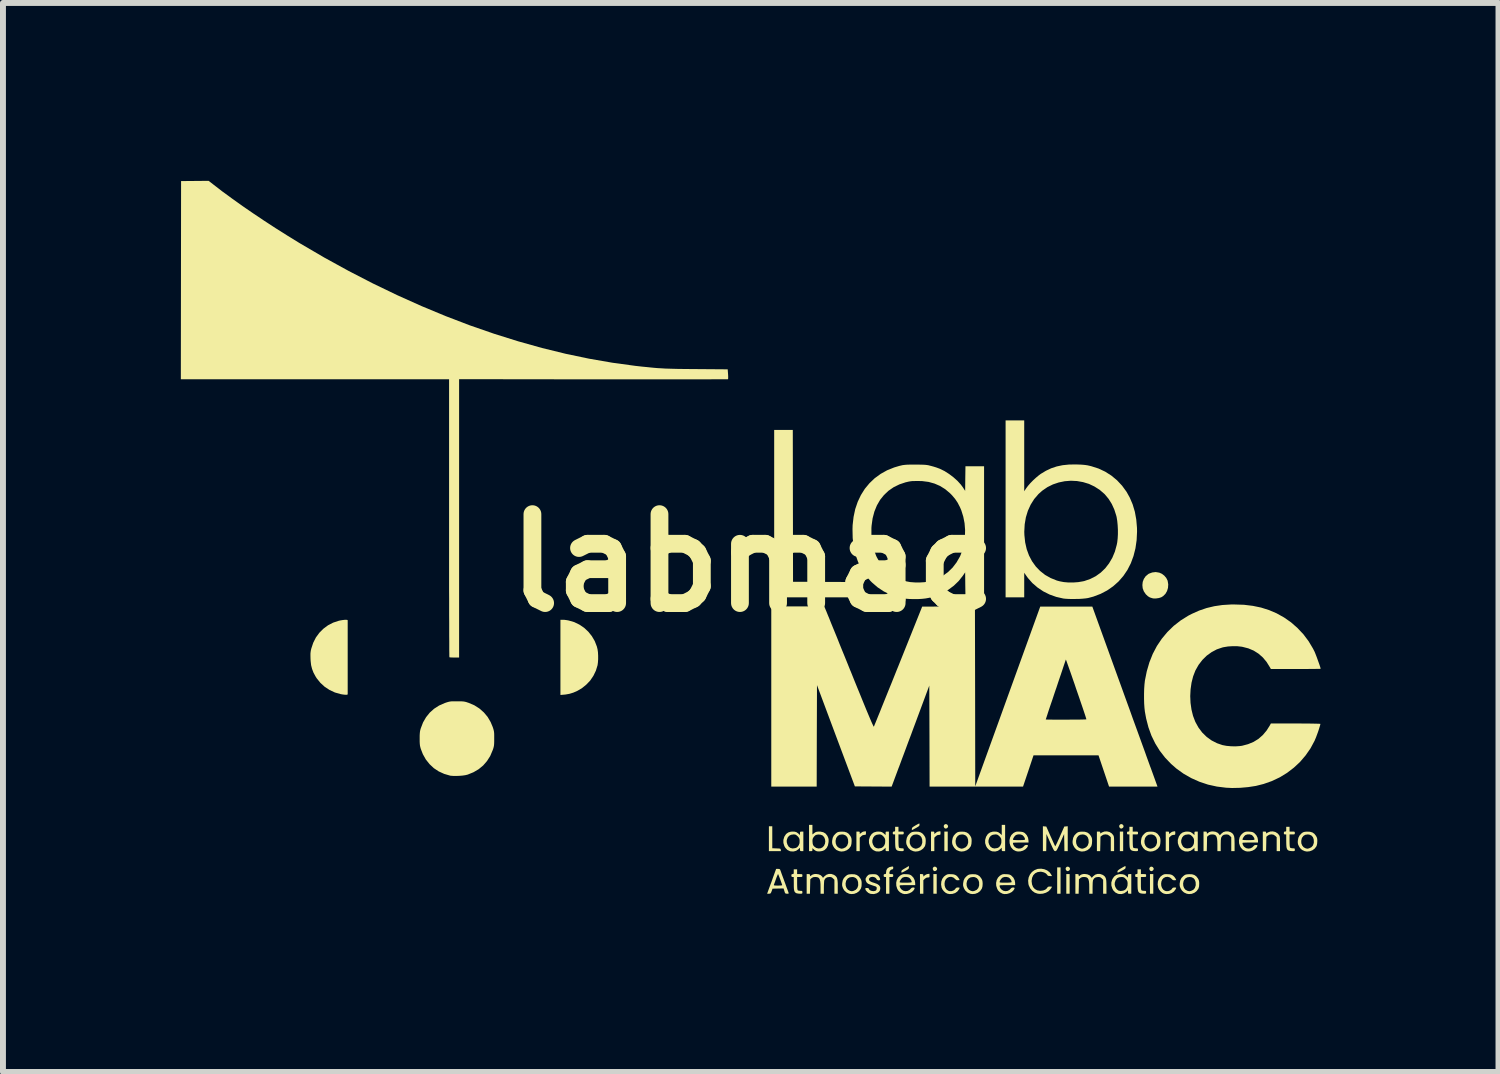
<source format=kicad_pcb>
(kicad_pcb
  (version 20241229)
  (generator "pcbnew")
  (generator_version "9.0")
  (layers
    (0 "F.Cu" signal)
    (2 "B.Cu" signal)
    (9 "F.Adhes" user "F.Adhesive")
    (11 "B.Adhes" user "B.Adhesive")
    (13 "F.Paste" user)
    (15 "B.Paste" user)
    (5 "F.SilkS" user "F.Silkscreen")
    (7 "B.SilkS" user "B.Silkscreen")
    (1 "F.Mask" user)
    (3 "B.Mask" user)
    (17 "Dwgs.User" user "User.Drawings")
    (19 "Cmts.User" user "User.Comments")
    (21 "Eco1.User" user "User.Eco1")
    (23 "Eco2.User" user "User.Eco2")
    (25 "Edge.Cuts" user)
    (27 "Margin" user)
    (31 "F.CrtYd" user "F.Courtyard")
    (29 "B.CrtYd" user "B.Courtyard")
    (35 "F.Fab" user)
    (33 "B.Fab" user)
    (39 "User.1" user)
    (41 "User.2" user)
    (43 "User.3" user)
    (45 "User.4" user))
  (footprint "labmac"
    (layer "F.Cu")
    (at 9.644 6.443)
    (property "Reference" "labmac" (at 0 0 0) (layer "F.SilkS") (effects (font (size 1.5 1.5) (thickness 0.3))))
    (attr board_only exclude_from_pos_files exclude_from_bom)
    (fp_poly (pts (xy 3.104 5.415) (xy 3.104 5.58) (xy 3.076 5.58) (xy 3.048 5.58) (xy 3.048 5.415) (xy 3.048 5.249) (xy 3.076 5.249) (xy 3.104 5.249)) (stroke (width 0) (type solid)) (fill yes) (layer "F.SilkS"))
    (fp_poly (pts (xy 3.29 4.697) (xy 3.29 4.862) (xy 3.262 4.862) (xy 3.233 4.862) (xy 3.233 4.697) (xy 3.233 4.532) (xy 3.262 4.532) (xy 3.29 4.532)) (stroke (width 0) (type solid)) (fill yes) (layer "F.SilkS"))
    (fp_poly (pts (xy 5.193 5.358) (xy 5.193 5.58) (xy 5.165 5.58) (xy 5.136 5.58) (xy 5.136 5.358) (xy 5.136 5.136) (xy 5.165 5.136) (xy 5.193 5.136)) (stroke (width 0) (type solid)) (fill yes) (layer "F.SilkS"))
    (fp_poly (pts (xy 5.346 5.415) (xy 5.346 5.58) (xy 5.318 5.58) (xy 5.29 5.58) (xy 5.29 5.415) (xy 5.29 5.249) (xy 5.318 5.249) (xy 5.346 5.249)) (stroke (width 0) (type solid)) (fill yes) (layer "F.SilkS"))
    (fp_poly (pts (xy 6.249 4.697) (xy 6.249 4.862) (xy 6.221 4.862) (xy 6.193 4.862) (xy 6.193 4.697) (xy 6.193 4.532) (xy 6.221 4.532) (xy 6.249 4.532)) (stroke (width 0) (type solid)) (fill yes) (layer "F.SilkS"))
    (fp_poly (pts (xy 6.757 5.415) (xy 6.757 5.58) (xy 6.729 5.58) (xy 6.701 5.58) (xy 6.701 5.415) (xy 6.701 5.249) (xy 6.729 5.249) (xy 6.757 5.249)) (stroke (width 0) (type solid)) (fill yes) (layer "F.SilkS"))
    (fp_poly (pts (xy 0.679 -0.962) (xy 0.681 0.319) (xy 1.183 0.321) (xy 1.685 0.323) (xy 1.685 0.452) (xy 1.685 0.581) (xy 1.024 0.581) (xy 0.363 0.581) (xy 0.363 -0.831) (xy 0.363 -2.242) (xy 0.52 -2.242) (xy 0.677 -2.242)) (stroke (width 0) (type solid)) (fill yes) (layer "F.SilkS"))
    (fp_poly (pts (xy 3.094 5.13) (xy 3.097 5.133) (xy 3.111 5.153) (xy 3.109 5.174) (xy 3.098 5.188) (xy 3.076 5.2) (xy 3.057 5.196) (xy 3.044 5.181) (xy 3.037 5.16) (xy 3.042 5.141) (xy 3.056 5.127) (xy 3.074 5.123)) (stroke (width 0) (type solid)) (fill yes) (layer "F.SilkS"))
    (fp_poly (pts (xy 3.279 4.413) (xy 3.282 4.415) (xy 3.296 4.436) (xy 3.294 4.456) (xy 3.283 4.47) (xy 3.262 4.482) (xy 3.243 4.478) (xy 3.229 4.464) (xy 3.222 4.442) (xy 3.227 4.423) (xy 3.241 4.41) (xy 3.26 4.405)) (stroke (width 0) (type solid)) (fill yes) (layer "F.SilkS"))
    (fp_poly (pts (xy 5.336 5.13) (xy 5.339 5.133) (xy 5.352 5.153) (xy 5.35 5.174) (xy 5.339 5.188) (xy 5.318 5.2) (xy 5.299 5.196) (xy 5.285 5.181) (xy 5.278 5.16) (xy 5.283 5.141) (xy 5.297 5.127) (xy 5.316 5.123)) (stroke (width 0) (type solid)) (fill yes) (layer "F.SilkS"))
    (fp_poly (pts (xy 6.239 4.413) (xy 6.242 4.415) (xy 6.256 4.436) (xy 6.253 4.456) (xy 6.243 4.47) (xy 6.221 4.482) (xy 6.202 4.478) (xy 6.188 4.464) (xy 6.181 4.442) (xy 6.187 4.423) (xy 6.2 4.41) (xy 6.219 4.405)) (stroke (width 0) (type solid)) (fill yes) (layer "F.SilkS"))
    (fp_poly (pts (xy 6.747 5.13) (xy 6.75 5.133) (xy 6.764 5.153) (xy 6.761 5.174) (xy 6.751 5.188) (xy 6.729 5.2) (xy 6.71 5.196) (xy 6.696 5.181) (xy 6.689 5.16) (xy 6.695 5.141) (xy 6.708 5.127) (xy 6.727 5.123)) (stroke (width 0) (type solid)) (fill yes) (layer "F.SilkS"))
    (fp_poly (pts (xy 0.331 4.628) (xy 0.331 4.813) (xy 0.401 4.816) (xy 0.435 4.817) (xy 0.456 4.819) (xy 0.467 4.822) (xy 0.472 4.829) (xy 0.474 4.839) (xy 0.474 4.84) (xy 0.477 4.862) (xy 0.375 4.862) (xy 0.274 4.862) (xy 0.274 4.653) (xy 0.274 4.443) (xy 0.302 4.443) (xy 0.331 4.443)) (stroke (width 0) (type solid)) (fill yes) (layer "F.SilkS"))
    (fp_poly (pts (xy 2.813 4.402) (xy 2.814 4.417) (xy 2.813 4.428) (xy 2.806 4.439) (xy 2.791 4.45) (xy 2.766 4.465) (xy 2.75 4.474) (xy 2.685 4.509) (xy 2.685 4.486) (xy 2.687 4.474) (xy 2.694 4.463) (xy 2.709 4.451) (xy 2.735 4.435) (xy 2.745 4.429) (xy 2.773 4.413) (xy 2.795 4.402) (xy 2.808 4.395) (xy 2.81 4.395)) (stroke (width 0) (type solid)) (fill yes) (layer "F.SilkS"))
    (fp_poly (pts (xy 2.636 5.117) (xy 2.636 5.133) (xy 2.635 5.137) (xy 2.633 5.151) (xy 2.626 5.163) (xy 2.611 5.174) (xy 2.586 5.189) (xy 2.576 5.194) (xy 2.549 5.209) (xy 2.527 5.219) (xy 2.515 5.225) (xy 2.514 5.225) (xy 2.509 5.218) (xy 2.508 5.206) (xy 2.511 5.193) (xy 2.523 5.18) (xy 2.546 5.165) (xy 2.554 5.16) (xy 2.581 5.145) (xy 2.606 5.13) (xy 2.619 5.122) (xy 2.632 5.115)) (stroke (width 0) (type solid)) (fill yes) (layer "F.SilkS"))
    (fp_poly (pts (xy 6.288 5.119) (xy 6.29 5.136) (xy 6.288 5.148) (xy 6.282 5.158) (xy 6.269 5.168) (xy 6.245 5.182) (xy 6.226 5.192) (xy 6.197 5.207) (xy 6.174 5.218) (xy 6.16 5.224) (xy 6.157 5.225) (xy 6.154 5.218) (xy 6.152 5.206) (xy 6.155 5.195) (xy 6.165 5.184) (xy 6.184 5.169) (xy 6.216 5.15) (xy 6.217 5.15) (xy 6.245 5.133) (xy 6.268 5.121) (xy 6.283 5.113) (xy 6.285 5.112)) (stroke (width 0) (type solid)) (fill yes) (layer "F.SilkS"))
    (fp_poly (pts (xy 1.91 4.536) (xy 1.911 4.555) (xy 1.91 4.576) (xy 1.905 4.585) (xy 1.892 4.588) (xy 1.882 4.588) (xy 1.855 4.593) (xy 1.831 4.61) (xy 1.83 4.612) (xy 1.806 4.635) (xy 1.806 4.749) (xy 1.806 4.862) (xy 1.778 4.862) (xy 1.75 4.862) (xy 1.75 4.697) (xy 1.75 4.532) (xy 1.778 4.532) (xy 1.797 4.533) (xy 1.805 4.54) (xy 1.806 4.553) (xy 1.806 4.573) (xy 1.831 4.553) (xy 1.851 4.539) (xy 1.868 4.532) (xy 1.871 4.532) (xy 1.891 4.529) (xy 1.898 4.527) (xy 1.907 4.527)) (stroke (width 0) (type solid)) (fill yes) (layer "F.SilkS"))
    (fp_poly (pts (xy 2.983 5.254) (xy 2.983 5.273) (xy 2.983 5.294) (xy 2.978 5.303) (xy 2.964 5.306) (xy 2.955 5.306) (xy 2.928 5.311) (xy 2.904 5.328) (xy 2.902 5.329) (xy 2.879 5.353) (xy 2.879 5.466) (xy 2.879 5.58) (xy 2.85 5.58) (xy 2.822 5.58) (xy 2.822 5.415) (xy 2.822 5.249) (xy 2.85 5.249) (xy 2.869 5.251) (xy 2.877 5.258) (xy 2.879 5.27) (xy 2.879 5.291) (xy 2.903 5.27) (xy 2.923 5.257) (xy 2.94 5.25) (xy 2.943 5.249) (xy 2.963 5.247) (xy 2.971 5.244) (xy 2.979 5.244)) (stroke (width 0) (type solid)) (fill yes) (layer "F.SilkS"))
    (fp_poly (pts (xy 3.168 4.536) (xy 3.169 4.555) (xy 3.168 4.576) (xy 3.163 4.585) (xy 3.15 4.588) (xy 3.14 4.588) (xy 3.113 4.593) (xy 3.089 4.61) (xy 3.088 4.612) (xy 3.064 4.635) (xy 3.064 4.749) (xy 3.064 4.862) (xy 3.036 4.862) (xy 3.008 4.862) (xy 3.008 4.697) (xy 3.008 4.532) (xy 3.036 4.532) (xy 3.055 4.533) (xy 3.063 4.54) (xy 3.064 4.553) (xy 3.064 4.573) (xy 3.089 4.553) (xy 3.108 4.539) (xy 3.126 4.532) (xy 3.129 4.532) (xy 3.149 4.529) (xy 3.156 4.527) (xy 3.164 4.527)) (stroke (width 0) (type solid)) (fill yes) (layer "F.SilkS"))
    (fp_poly (pts (xy 7.127 4.536) (xy 7.128 4.555) (xy 7.127 4.576) (xy 7.122 4.585) (xy 7.109 4.588) (xy 7.099 4.588) (xy 7.072 4.593) (xy 7.048 4.61) (xy 7.047 4.612) (xy 7.023 4.635) (xy 7.023 4.749) (xy 7.023 4.862) (xy 6.995 4.862) (xy 6.967 4.862) (xy 6.967 4.697) (xy 6.967 4.532) (xy 6.995 4.532) (xy 7.014 4.533) (xy 7.022 4.54) (xy 7.023 4.553) (xy 7.023 4.573) (xy 7.048 4.553) (xy 7.068 4.539) (xy 7.085 4.532) (xy 7.088 4.532) (xy 7.108 4.529) (xy 7.115 4.527) (xy 7.124 4.527)) (stroke (width 0) (type solid)) (fill yes) (layer "F.SilkS"))
    (fp_poly (pts (xy -3.173 0.961) (xy -3.136 0.966) (xy -3.104 0.972) (xy -3.01 0.999) (xy -2.923 1.041) (xy -2.843 1.095) (xy -2.772 1.161) (xy -2.712 1.236) (xy -2.663 1.32) (xy -2.628 1.41) (xy -2.616 1.458) (xy -2.609 1.507) (xy -2.606 1.566) (xy -2.606 1.627) (xy -2.61 1.684) (xy -2.616 1.727) (xy -2.644 1.818) (xy -2.686 1.905) (xy -2.74 1.985) (xy -2.807 2.055) (xy -2.883 2.116) (xy -2.955 2.158) (xy -3.023 2.188) (xy -3.087 2.208) (xy -3.153 2.22) (xy -3.183 2.223) (xy -3.242 2.228) (xy -3.242 1.594) (xy -3.242 0.96) (xy -3.202 0.96)) (stroke (width 0) (type solid)) (fill yes) (layer "F.SilkS"))
    (fp_poly (pts (xy 6.858 0.165) (xy 6.903 0.185) (xy 6.943 0.216) (xy 6.976 0.255) (xy 6.997 0.297) (xy 6.999 0.302) (xy 7.009 0.362) (xy 7.005 0.421) (xy 6.989 0.475) (xy 6.962 0.522) (xy 6.924 0.56) (xy 6.892 0.58) (xy 6.852 0.593) (xy 6.805 0.6) (xy 6.76 0.6) (xy 6.739 0.596) (xy 6.699 0.583) (xy 6.666 0.563) (xy 6.633 0.532) (xy 6.629 0.527) (xy 6.597 0.48) (xy 6.578 0.428) (xy 6.573 0.374) (xy 6.579 0.32) (xy 6.598 0.27) (xy 6.628 0.226) (xy 6.67 0.191) (xy 6.682 0.183) (xy 6.739 0.162) (xy 6.798 0.155)) (stroke (width 0) (type solid)) (fill yes) (layer "F.SilkS"))
    (fp_poly (pts (xy 6.018 4.539) (xy 6.055 4.562) (xy 6.078 4.588) (xy 6.085 4.599) (xy 6.09 4.611) (xy 6.093 4.627) (xy 6.095 4.65) (xy 6.096 4.681) (xy 6.096 4.726) (xy 6.096 4.738) (xy 6.096 4.862) (xy 6.068 4.862) (xy 6.04 4.862) (xy 6.04 4.745) (xy 6.04 4.627) (xy 6.016 4.604) (xy 5.987 4.585) (xy 5.952 4.579) (xy 5.917 4.584) (xy 5.889 4.6) (xy 5.866 4.619) (xy 5.864 4.741) (xy 5.861 4.862) (xy 5.833 4.862) (xy 5.806 4.862) (xy 5.806 4.697) (xy 5.806 4.532) (xy 5.834 4.532) (xy 5.853 4.533) (xy 5.861 4.54) (xy 5.862 4.548) (xy 5.862 4.565) (xy 5.891 4.547) (xy 5.932 4.531) (xy 5.975 4.529)) (stroke (width 0) (type solid)) (fill yes) (layer "F.SilkS"))
    (fp_poly (pts (xy 8.816 4.539) (xy 8.853 4.562) (xy 8.876 4.588) (xy 8.883 4.599) (xy 8.888 4.611) (xy 8.891 4.627) (xy 8.893 4.65) (xy 8.894 4.681) (xy 8.894 4.726) (xy 8.894 4.738) (xy 8.894 4.862) (xy 8.866 4.862) (xy 8.838 4.862) (xy 8.838 4.745) (xy 8.838 4.627) (xy 8.814 4.604) (xy 8.785 4.585) (xy 8.75 4.579) (xy 8.715 4.584) (xy 8.687 4.6) (xy 8.664 4.619) (xy 8.662 4.741) (xy 8.659 4.862) (xy 8.631 4.862) (xy 8.604 4.862) (xy 8.604 4.697) (xy 8.604 4.532) (xy 8.632 4.532) (xy 8.651 4.533) (xy 8.659 4.54) (xy 8.66 4.548) (xy 8.66 4.565) (xy 8.689 4.547) (xy 8.73 4.531) (xy 8.773 4.529)) (stroke (width 0) (type solid)) (fill yes) (layer "F.SilkS"))
    (fp_poly (pts (xy 2.368 5.124) (xy 2.371 5.134) (xy 2.371 5.143) (xy 2.368 5.162) (xy 2.36 5.168) (xy 2.355 5.169) (xy 2.333 5.176) (xy 2.316 5.194) (xy 2.307 5.218) (xy 2.306 5.225) (xy 2.307 5.241) (xy 2.314 5.248) (xy 2.331 5.249) (xy 2.338 5.249) (xy 2.359 5.25) (xy 2.368 5.255) (xy 2.371 5.268) (xy 2.371 5.274) (xy 2.369 5.289) (xy 2.362 5.296) (xy 2.345 5.298) (xy 2.338 5.298) (xy 2.306 5.298) (xy 2.306 5.439) (xy 2.306 5.58) (xy 2.278 5.58) (xy 2.25 5.58) (xy 2.25 5.439) (xy 2.25 5.298) (xy 2.23 5.298) (xy 2.215 5.295) (xy 2.21 5.284) (xy 2.209 5.274) (xy 2.212 5.256) (xy 2.221 5.25) (xy 2.23 5.249) (xy 2.243 5.247) (xy 2.249 5.238) (xy 2.25 5.221) (xy 2.256 5.182) (xy 2.274 5.152) (xy 2.305 5.132) (xy 2.338 5.124) (xy 2.359 5.121)) (stroke (width 0) (type solid)) (fill yes) (layer "F.SilkS"))
    (fp_poly (pts (xy 5.314 4.652) (xy 5.314 4.862) (xy 5.286 4.862) (xy 5.258 4.862) (xy 5.256 4.718) (xy 5.253 4.573) (xy 5.189 4.718) (xy 5.167 4.768) (xy 5.15 4.804) (xy 5.137 4.83) (xy 5.127 4.847) (xy 5.119 4.857) (xy 5.112 4.861) (xy 5.105 4.862) (xy 5.104 4.862) (xy 5.097 4.861) (xy 5.089 4.857) (xy 5.081 4.848) (xy 5.072 4.831) (xy 5.059 4.806) (xy 5.042 4.769) (xy 5.02 4.72) (xy 5.019 4.718) (xy 4.955 4.573) (xy 4.953 4.718) (xy 4.951 4.862) (xy 4.923 4.862) (xy 4.895 4.862) (xy 4.895 4.652) (xy 4.895 4.442) (xy 4.923 4.445) (xy 4.952 4.447) (xy 5.026 4.614) (xy 5.048 4.662) (xy 5.067 4.705) (xy 5.083 4.74) (xy 5.095 4.765) (xy 5.103 4.779) (xy 5.104 4.781) (xy 5.108 4.774) (xy 5.118 4.754) (xy 5.133 4.724) (xy 5.15 4.685) (xy 5.171 4.64) (xy 5.182 4.614) (xy 5.256 4.447) (xy 5.285 4.445) (xy 5.314 4.442)) (stroke (width 0) (type solid)) (fill yes) (layer "F.SilkS"))
    (fp_poly (pts (xy 3.349 5.251) (xy 3.384 5.253) (xy 3.407 5.259) (xy 3.426 5.268) (xy 3.437 5.275) (xy 3.458 5.295) (xy 3.475 5.319) (xy 3.478 5.323) (xy 3.491 5.35) (xy 3.463 5.353) (xy 3.441 5.352) (xy 3.425 5.342) (xy 3.414 5.331) (xy 3.384 5.306) (xy 3.347 5.295) (xy 3.311 5.299) (xy 3.279 5.315) (xy 3.255 5.341) (xy 3.241 5.374) (xy 3.236 5.411) (xy 3.239 5.448) (xy 3.251 5.482) (xy 3.271 5.511) (xy 3.3 5.53) (xy 3.319 5.536) (xy 3.353 5.537) (xy 3.386 5.526) (xy 3.411 5.508) (xy 3.418 5.498) (xy 3.43 5.482) (xy 3.447 5.476) (xy 3.461 5.475) (xy 3.482 5.476) (xy 3.49 5.481) (xy 3.486 5.494) (xy 3.48 5.507) (xy 3.452 5.543) (xy 3.415 5.569) (xy 3.37 5.583) (xy 3.321 5.586) (xy 3.284 5.579) (xy 3.254 5.564) (xy 3.225 5.539) (xy 3.201 5.508) (xy 3.187 5.478) (xy 3.178 5.425) (xy 3.182 5.375) (xy 3.198 5.329) (xy 3.226 5.291) (xy 3.255 5.269) (xy 3.276 5.257) (xy 3.295 5.251) (xy 3.319 5.25)) (stroke (width 0) (type solid)) (fill yes) (layer "F.SilkS"))
    (fp_poly (pts (xy 7.002 5.251) (xy 7.036 5.253) (xy 7.06 5.259) (xy 7.079 5.268) (xy 7.089 5.275) (xy 7.111 5.295) (xy 7.128 5.319) (xy 7.131 5.323) (xy 7.144 5.35) (xy 7.116 5.353) (xy 7.094 5.352) (xy 7.077 5.342) (xy 7.067 5.331) (xy 7.037 5.306) (xy 7 5.295) (xy 6.963 5.299) (xy 6.931 5.315) (xy 6.908 5.341) (xy 6.894 5.374) (xy 6.889 5.411) (xy 6.892 5.448) (xy 6.904 5.482) (xy 6.924 5.511) (xy 6.952 5.53) (xy 6.971 5.536) (xy 7.006 5.537) (xy 7.038 5.526) (xy 7.064 5.508) (xy 7.071 5.498) (xy 7.083 5.482) (xy 7.1 5.476) (xy 7.114 5.475) (xy 7.135 5.476) (xy 7.143 5.481) (xy 7.139 5.494) (xy 7.132 5.507) (xy 7.105 5.543) (xy 7.068 5.569) (xy 7.023 5.583) (xy 6.974 5.586) (xy 6.936 5.579) (xy 6.907 5.564) (xy 6.878 5.539) (xy 6.854 5.508) (xy 6.84 5.478) (xy 6.831 5.425) (xy 6.835 5.375) (xy 6.851 5.329) (xy 6.879 5.291) (xy 6.907 5.269) (xy 6.929 5.257) (xy 6.948 5.251) (xy 6.972 5.25)) (stroke (width 0) (type solid)) (fill yes) (layer "F.SilkS"))
    (fp_poly (pts (xy 0.75 5.209) (xy 0.75 5.249) (xy 0.794 5.249) (xy 0.82 5.25) (xy 0.833 5.252) (xy 0.838 5.259) (xy 0.839 5.273) (xy 0.839 5.274) (xy 0.838 5.287) (xy 0.833 5.295) (xy 0.82 5.297) (xy 0.795 5.298) (xy 0.794 5.298) (xy 0.75 5.298) (xy 0.75 5.405) (xy 0.751 5.457) (xy 0.753 5.494) (xy 0.757 5.516) (xy 0.76 5.522) (xy 0.773 5.528) (xy 0.796 5.531) (xy 0.804 5.532) (xy 0.826 5.532) (xy 0.836 5.537) (xy 0.838 5.548) (xy 0.839 5.556) (xy 0.838 5.57) (xy 0.833 5.577) (xy 0.819 5.58) (xy 0.796 5.58) (xy 0.768 5.578) (xy 0.743 5.573) (xy 0.734 5.57) (xy 0.719 5.56) (xy 0.708 5.547) (xy 0.701 5.527) (xy 0.696 5.499) (xy 0.694 5.459) (xy 0.694 5.409) (xy 0.693 5.298) (xy 0.673 5.298) (xy 0.659 5.295) (xy 0.654 5.284) (xy 0.653 5.274) (xy 0.655 5.256) (xy 0.665 5.25) (xy 0.673 5.249) (xy 0.685 5.248) (xy 0.691 5.241) (xy 0.693 5.225) (xy 0.693 5.209) (xy 0.693 5.169) (xy 0.722 5.169) (xy 0.75 5.169)) (stroke (width 0) (type solid)) (fill yes) (layer "F.SilkS"))
    (fp_poly (pts (xy 2.459 4.491) (xy 2.459 4.532) (xy 2.504 4.532) (xy 2.529 4.532) (xy 2.542 4.535) (xy 2.547 4.542) (xy 2.548 4.556) (xy 2.548 4.556) (xy 2.547 4.57) (xy 2.542 4.577) (xy 2.529 4.58) (xy 2.504 4.58) (xy 2.504 4.58) (xy 2.459 4.58) (xy 2.459 4.687) (xy 2.46 4.74) (xy 2.462 4.776) (xy 2.466 4.798) (xy 2.469 4.804) (xy 2.483 4.81) (xy 2.505 4.814) (xy 2.513 4.814) (xy 2.535 4.815) (xy 2.545 4.819) (xy 2.548 4.83) (xy 2.548 4.838) (xy 2.547 4.852) (xy 2.542 4.859) (xy 2.529 4.862) (xy 2.506 4.862) (xy 2.477 4.86) (xy 2.452 4.855) (xy 2.443 4.852) (xy 2.428 4.842) (xy 2.418 4.829) (xy 2.41 4.809) (xy 2.406 4.781) (xy 2.404 4.742) (xy 2.403 4.691) (xy 2.403 4.58) (xy 2.383 4.58) (xy 2.368 4.577) (xy 2.363 4.566) (xy 2.363 4.556) (xy 2.365 4.539) (xy 2.374 4.532) (xy 2.383 4.532) (xy 2.395 4.53) (xy 2.401 4.524) (xy 2.403 4.508) (xy 2.403 4.491) (xy 2.403 4.451) (xy 2.431 4.451) (xy 2.459 4.451)) (stroke (width 0) (type solid)) (fill yes) (layer "F.SilkS"))
    (fp_poly (pts (xy 6.41 4.491) (xy 6.41 4.532) (xy 6.455 4.532) (xy 6.48 4.532) (xy 6.493 4.535) (xy 6.498 4.542) (xy 6.499 4.556) (xy 6.499 4.556) (xy 6.498 4.57) (xy 6.494 4.577) (xy 6.481 4.58) (xy 6.456 4.58) (xy 6.455 4.58) (xy 6.41 4.58) (xy 6.41 4.687) (xy 6.411 4.74) (xy 6.413 4.776) (xy 6.417 4.798) (xy 6.42 4.804) (xy 6.434 4.81) (xy 6.456 4.814) (xy 6.465 4.814) (xy 6.486 4.815) (xy 6.496 4.819) (xy 6.499 4.83) (xy 6.499 4.838) (xy 6.498 4.852) (xy 6.493 4.859) (xy 6.48 4.862) (xy 6.457 4.862) (xy 6.428 4.86) (xy 6.403 4.855) (xy 6.395 4.852) (xy 6.38 4.842) (xy 6.369 4.829) (xy 6.361 4.809) (xy 6.357 4.781) (xy 6.355 4.742) (xy 6.354 4.691) (xy 6.354 4.58) (xy 6.334 4.58) (xy 6.319 4.577) (xy 6.314 4.566) (xy 6.314 4.556) (xy 6.316 4.539) (xy 6.325 4.532) (xy 6.334 4.532) (xy 6.346 4.53) (xy 6.352 4.524) (xy 6.354 4.508) (xy 6.354 4.491) (xy 6.354 4.451) (xy 6.382 4.451) (xy 6.41 4.451)) (stroke (width 0) (type solid)) (fill yes) (layer "F.SilkS"))
    (fp_poly (pts (xy 6.548 5.209) (xy 6.548 5.249) (xy 6.592 5.249) (xy 6.617 5.25) (xy 6.63 5.252) (xy 6.635 5.259) (xy 6.636 5.273) (xy 6.636 5.274) (xy 6.636 5.287) (xy 6.631 5.295) (xy 6.618 5.297) (xy 6.593 5.298) (xy 6.592 5.298) (xy 6.548 5.298) (xy 6.548 5.405) (xy 6.548 5.457) (xy 6.55 5.494) (xy 6.554 5.516) (xy 6.557 5.522) (xy 6.571 5.528) (xy 6.593 5.531) (xy 6.602 5.532) (xy 6.623 5.532) (xy 6.633 5.537) (xy 6.636 5.548) (xy 6.636 5.556) (xy 6.635 5.57) (xy 6.63 5.577) (xy 6.617 5.58) (xy 6.594 5.58) (xy 6.565 5.578) (xy 6.54 5.573) (xy 6.532 5.57) (xy 6.517 5.56) (xy 6.506 5.547) (xy 6.499 5.527) (xy 6.494 5.499) (xy 6.492 5.459) (xy 6.491 5.409) (xy 6.491 5.298) (xy 6.471 5.298) (xy 6.457 5.295) (xy 6.451 5.284) (xy 6.451 5.274) (xy 6.453 5.256) (xy 6.462 5.25) (xy 6.471 5.249) (xy 6.483 5.248) (xy 6.489 5.241) (xy 6.491 5.225) (xy 6.491 5.209) (xy 6.491 5.169) (xy 6.519 5.169) (xy 6.548 5.169)) (stroke (width 0) (type solid)) (fill yes) (layer "F.SilkS"))
    (fp_poly (pts (xy 9.055 4.491) (xy 9.055 4.532) (xy 9.1 4.532) (xy 9.125 4.532) (xy 9.138 4.535) (xy 9.143 4.542) (xy 9.144 4.556) (xy 9.144 4.556) (xy 9.143 4.57) (xy 9.138 4.577) (xy 9.125 4.58) (xy 9.1 4.58) (xy 9.1 4.58) (xy 9.055 4.58) (xy 9.055 4.687) (xy 9.056 4.74) (xy 9.058 4.776) (xy 9.062 4.798) (xy 9.065 4.804) (xy 9.079 4.81) (xy 9.101 4.814) (xy 9.109 4.814) (xy 9.131 4.815) (xy 9.141 4.819) (xy 9.144 4.83) (xy 9.144 4.838) (xy 9.143 4.852) (xy 9.138 4.859) (xy 9.125 4.862) (xy 9.102 4.862) (xy 9.073 4.86) (xy 9.048 4.855) (xy 9.039 4.852) (xy 9.024 4.842) (xy 9.014 4.829) (xy 9.006 4.809) (xy 9.002 4.781) (xy 9 4.742) (xy 8.999 4.691) (xy 8.999 4.58) (xy 8.979 4.58) (xy 8.964 4.577) (xy 8.959 4.566) (xy 8.959 4.556) (xy 8.961 4.539) (xy 8.97 4.532) (xy 8.979 4.532) (xy 8.991 4.53) (xy 8.997 4.524) (xy 8.999 4.508) (xy 8.999 4.491) (xy 8.999 4.451) (xy 9.027 4.451) (xy 9.055 4.451)) (stroke (width 0) (type solid)) (fill yes) (layer "F.SilkS"))
    (fp_poly (pts (xy -6.836 0.963) (xy -6.83 0.968) (xy -6.83 0.977) (xy -6.83 1.001) (xy -6.83 1.038) (xy -6.83 1.088) (xy -6.83 1.15) (xy -6.83 1.221) (xy -6.83 1.3) (xy -6.83 1.387) (xy -6.83 1.48) (xy -6.83 1.578) (xy -6.83 1.593) (xy -6.83 1.691) (xy -6.83 1.785) (xy -6.83 1.873) (xy -6.83 1.953) (xy -6.83 2.026) (xy -6.83 2.088) (xy -6.83 2.14) (xy -6.83 2.18) (xy -6.83 2.206) (xy -6.83 2.217) (xy -6.83 2.217) (xy -6.837 2.223) (xy -6.857 2.225) (xy -6.888 2.223) (xy -6.925 2.218) (xy -6.951 2.213) (xy -7.046 2.186) (xy -7.136 2.144) (xy -7.218 2.09) (xy -7.291 2.023) (xy -7.354 1.945) (xy -7.375 1.911) (xy -7.408 1.849) (xy -7.431 1.788) (xy -7.447 1.725) (xy -7.455 1.653) (xy -7.457 1.616) (xy -7.458 1.568) (xy -7.458 1.531) (xy -7.455 1.5) (xy -7.45 1.47) (xy -7.443 1.443) (xy -7.411 1.347) (xy -7.366 1.258) (xy -7.308 1.179) (xy -7.24 1.111) (xy -7.162 1.053) (xy -7.075 1.008) (xy -6.981 0.977) (xy -6.959 0.972) (xy -6.919 0.965) (xy -6.884 0.961) (xy -6.855 0.96)) (stroke (width 0) (type solid)) (fill yes) (layer "F.SilkS"))
    (fp_poly (pts (xy 4.919 5.167) (xy 4.967 5.187) (xy 5.006 5.217) (xy 5.029 5.247) (xy 5.049 5.282) (xy 5.014 5.282) (xy 4.989 5.28) (xy 4.975 5.273) (xy 4.968 5.262) (xy 4.947 5.239) (xy 4.914 5.221) (xy 4.875 5.211) (xy 4.853 5.209) (xy 4.804 5.216) (xy 4.764 5.236) (xy 4.733 5.268) (xy 4.713 5.311) (xy 4.705 5.363) (xy 4.705 5.37) (xy 4.712 5.424) (xy 4.73 5.468) (xy 4.759 5.501) (xy 4.799 5.523) (xy 4.847 5.531) (xy 4.853 5.531) (xy 4.898 5.526) (xy 4.935 5.512) (xy 4.962 5.489) (xy 4.966 5.482) (xy 4.977 5.467) (xy 4.992 5.46) (xy 5.013 5.459) (xy 5.034 5.46) (xy 5.047 5.462) (xy 5.048 5.464) (xy 5.044 5.472) (xy 5.033 5.49) (xy 5.024 5.503) (xy 4.991 5.538) (xy 4.947 5.563) (xy 4.896 5.579) (xy 4.842 5.583) (xy 4.806 5.579) (xy 4.757 5.562) (xy 4.715 5.531) (xy 4.681 5.49) (xy 4.657 5.44) (xy 4.651 5.417) (xy 4.646 5.359) (xy 4.655 5.305) (xy 4.677 5.256) (xy 4.71 5.214) (xy 4.752 5.183) (xy 4.802 5.163) (xy 4.812 5.161) (xy 4.866 5.158)) (stroke (width 0) (type solid)) (fill yes) (layer "F.SilkS"))
    (fp_poly (pts (xy 1.546 4.535) (xy 1.587 4.547) (xy 1.62 4.57) (xy 1.645 4.602) (xy 1.659 4.626) (xy 1.666 4.648) (xy 1.669 4.675) (xy 1.669 4.695) (xy 1.666 4.738) (xy 1.658 4.771) (xy 1.653 4.782) (xy 1.625 4.819) (xy 1.587 4.847) (xy 1.542 4.864) (xy 1.495 4.869) (xy 1.458 4.862) (xy 1.412 4.842) (xy 1.378 4.809) (xy 1.358 4.777) (xy 1.345 4.748) (xy 1.34 4.723) (xy 1.34 4.695) (xy 1.34 4.689) (xy 1.398 4.689) (xy 1.401 4.73) (xy 1.414 4.766) (xy 1.437 4.795) (xy 1.469 4.813) (xy 1.47 4.813) (xy 1.49 4.819) (xy 1.503 4.821) (xy 1.516 4.818) (xy 1.533 4.814) (xy 1.569 4.796) (xy 1.595 4.767) (xy 1.609 4.727) (xy 1.611 4.713) (xy 1.609 4.666) (xy 1.596 4.628) (xy 1.572 4.6) (xy 1.538 4.584) (xy 1.509 4.58) (xy 1.467 4.586) (xy 1.435 4.605) (xy 1.412 4.636) (xy 1.407 4.648) (xy 1.398 4.689) (xy 1.34 4.689) (xy 1.341 4.685) (xy 1.35 4.637) (xy 1.369 4.599) (xy 1.401 4.565) (xy 1.406 4.561) (xy 1.424 4.547) (xy 1.443 4.539) (xy 1.467 4.535) (xy 1.495 4.533)) (stroke (width 0) (type solid)) (fill yes) (layer "F.SilkS"))
    (fp_poly (pts (xy 1.716 5.252) (xy 1.756 5.264) (xy 1.789 5.287) (xy 1.815 5.32) (xy 1.828 5.344) (xy 1.835 5.365) (xy 1.838 5.392) (xy 1.838 5.413) (xy 1.836 5.456) (xy 1.827 5.489) (xy 1.822 5.499) (xy 1.795 5.537) (xy 1.756 5.565) (xy 1.712 5.582) (xy 1.664 5.586) (xy 1.627 5.58) (xy 1.582 5.559) (xy 1.547 5.527) (xy 1.527 5.495) (xy 1.515 5.465) (xy 1.509 5.441) (xy 1.509 5.413) (xy 1.51 5.407) (xy 1.567 5.407) (xy 1.57 5.448) (xy 1.584 5.484) (xy 1.607 5.513) (xy 1.638 5.53) (xy 1.64 5.531) (xy 1.66 5.536) (xy 1.672 5.538) (xy 1.685 5.536) (xy 1.702 5.532) (xy 1.739 5.514) (xy 1.765 5.485) (xy 1.779 5.445) (xy 1.78 5.431) (xy 1.778 5.384) (xy 1.765 5.345) (xy 1.741 5.317) (xy 1.708 5.301) (xy 1.679 5.298) (xy 1.636 5.304) (xy 1.604 5.323) (xy 1.581 5.354) (xy 1.576 5.365) (xy 1.567 5.407) (xy 1.51 5.407) (xy 1.51 5.402) (xy 1.519 5.355) (xy 1.538 5.316) (xy 1.57 5.283) (xy 1.575 5.279) (xy 1.594 5.265) (xy 1.612 5.257) (xy 1.636 5.253) (xy 1.664 5.251)) (stroke (width 0) (type solid)) (fill yes) (layer "F.SilkS"))
    (fp_poly (pts (xy 2.796 4.535) (xy 2.837 4.547) (xy 2.87 4.57) (xy 2.895 4.602) (xy 2.909 4.626) (xy 2.916 4.648) (xy 2.919 4.675) (xy 2.919 4.695) (xy 2.916 4.738) (xy 2.908 4.771) (xy 2.903 4.782) (xy 2.875 4.819) (xy 2.837 4.847) (xy 2.792 4.864) (xy 2.744 4.869) (xy 2.707 4.862) (xy 2.662 4.842) (xy 2.627 4.809) (xy 2.608 4.777) (xy 2.595 4.748) (xy 2.59 4.723) (xy 2.59 4.695) (xy 2.59 4.689) (xy 2.648 4.689) (xy 2.65 4.73) (xy 2.664 4.766) (xy 2.687 4.795) (xy 2.718 4.813) (xy 2.72 4.813) (xy 2.74 4.819) (xy 2.753 4.821) (xy 2.766 4.818) (xy 2.782 4.814) (xy 2.819 4.796) (xy 2.845 4.767) (xy 2.859 4.727) (xy 2.861 4.713) (xy 2.859 4.666) (xy 2.846 4.628) (xy 2.822 4.6) (xy 2.788 4.584) (xy 2.759 4.58) (xy 2.717 4.586) (xy 2.685 4.605) (xy 2.662 4.636) (xy 2.657 4.648) (xy 2.648 4.689) (xy 2.59 4.689) (xy 2.591 4.685) (xy 2.6 4.637) (xy 2.619 4.599) (xy 2.65 4.565) (xy 2.655 4.561) (xy 2.674 4.547) (xy 2.693 4.539) (xy 2.716 4.535) (xy 2.745 4.533)) (stroke (width 0) (type solid)) (fill yes) (layer "F.SilkS"))
    (fp_poly (pts (xy 3.57 4.535) (xy 3.611 4.547) (xy 3.644 4.57) (xy 3.669 4.602) (xy 3.683 4.626) (xy 3.69 4.648) (xy 3.693 4.675) (xy 3.693 4.695) (xy 3.69 4.738) (xy 3.682 4.771) (xy 3.677 4.782) (xy 3.649 4.819) (xy 3.611 4.847) (xy 3.566 4.864) (xy 3.519 4.869) (xy 3.482 4.862) (xy 3.436 4.842) (xy 3.402 4.809) (xy 3.382 4.777) (xy 3.369 4.748) (xy 3.364 4.723) (xy 3.364 4.695) (xy 3.364 4.689) (xy 3.422 4.689) (xy 3.425 4.73) (xy 3.438 4.766) (xy 3.461 4.795) (xy 3.493 4.813) (xy 3.494 4.813) (xy 3.514 4.819) (xy 3.527 4.821) (xy 3.54 4.818) (xy 3.556 4.814) (xy 3.593 4.796) (xy 3.619 4.767) (xy 3.633 4.727) (xy 3.635 4.713) (xy 3.633 4.666) (xy 3.62 4.628) (xy 3.596 4.6) (xy 3.562 4.584) (xy 3.533 4.58) (xy 3.491 4.586) (xy 3.459 4.605) (xy 3.436 4.636) (xy 3.431 4.648) (xy 3.422 4.689) (xy 3.364 4.689) (xy 3.365 4.685) (xy 3.374 4.637) (xy 3.393 4.599) (xy 3.424 4.565) (xy 3.43 4.561) (xy 3.448 4.547) (xy 3.467 4.539) (xy 3.49 4.535) (xy 3.519 4.533)) (stroke (width 0) (type solid)) (fill yes) (layer "F.SilkS"))
    (fp_poly (pts (xy 3.756 5.252) (xy 3.796 5.264) (xy 3.829 5.287) (xy 3.855 5.32) (xy 3.868 5.344) (xy 3.875 5.365) (xy 3.878 5.392) (xy 3.879 5.413) (xy 3.876 5.456) (xy 3.867 5.489) (xy 3.862 5.499) (xy 3.835 5.537) (xy 3.797 5.565) (xy 3.752 5.582) (xy 3.704 5.586) (xy 3.667 5.58) (xy 3.622 5.559) (xy 3.587 5.527) (xy 3.567 5.495) (xy 3.555 5.465) (xy 3.549 5.441) (xy 3.549 5.413) (xy 3.55 5.407) (xy 3.607 5.407) (xy 3.61 5.448) (xy 3.624 5.484) (xy 3.647 5.513) (xy 3.678 5.53) (xy 3.68 5.531) (xy 3.7 5.536) (xy 3.712 5.538) (xy 3.725 5.536) (xy 3.742 5.532) (xy 3.779 5.514) (xy 3.805 5.485) (xy 3.819 5.445) (xy 3.82 5.431) (xy 3.819 5.384) (xy 3.805 5.345) (xy 3.781 5.317) (xy 3.748 5.301) (xy 3.719 5.298) (xy 3.676 5.304) (xy 3.644 5.323) (xy 3.621 5.354) (xy 3.616 5.365) (xy 3.607 5.407) (xy 3.55 5.407) (xy 3.55 5.402) (xy 3.559 5.355) (xy 3.578 5.316) (xy 3.61 5.283) (xy 3.615 5.279) (xy 3.634 5.265) (xy 3.652 5.257) (xy 3.676 5.253) (xy 3.704 5.251)) (stroke (width 0) (type solid)) (fill yes) (layer "F.SilkS"))
    (fp_poly (pts (xy 5.602 4.535) (xy 5.643 4.547) (xy 5.676 4.57) (xy 5.701 4.602) (xy 5.715 4.626) (xy 5.722 4.648) (xy 5.725 4.675) (xy 5.725 4.695) (xy 5.722 4.738) (xy 5.714 4.771) (xy 5.709 4.782) (xy 5.681 4.819) (xy 5.643 4.847) (xy 5.598 4.864) (xy 5.551 4.869) (xy 5.514 4.862) (xy 5.468 4.842) (xy 5.434 4.809) (xy 5.414 4.777) (xy 5.401 4.748) (xy 5.396 4.723) (xy 5.396 4.695) (xy 5.396 4.689) (xy 5.454 4.689) (xy 5.457 4.73) (xy 5.47 4.766) (xy 5.493 4.795) (xy 5.525 4.813) (xy 5.526 4.813) (xy 5.546 4.819) (xy 5.559 4.821) (xy 5.572 4.818) (xy 5.588 4.814) (xy 5.625 4.796) (xy 5.651 4.767) (xy 5.665 4.727) (xy 5.667 4.713) (xy 5.665 4.666) (xy 5.652 4.628) (xy 5.628 4.6) (xy 5.594 4.584) (xy 5.565 4.58) (xy 5.523 4.586) (xy 5.491 4.605) (xy 5.468 4.636) (xy 5.463 4.648) (xy 5.454 4.689) (xy 5.396 4.689) (xy 5.397 4.685) (xy 5.406 4.637) (xy 5.425 4.599) (xy 5.456 4.565) (xy 5.462 4.561) (xy 5.48 4.547) (xy 5.499 4.539) (xy 5.522 4.535) (xy 5.551 4.533)) (stroke (width 0) (type solid)) (fill yes) (layer "F.SilkS"))
    (fp_poly (pts (xy 6.755 4.535) (xy 6.796 4.547) (xy 6.829 4.57) (xy 6.854 4.602) (xy 6.868 4.626) (xy 6.875 4.648) (xy 6.878 4.675) (xy 6.878 4.695) (xy 6.875 4.738) (xy 6.867 4.771) (xy 6.862 4.782) (xy 6.834 4.819) (xy 6.796 4.847) (xy 6.751 4.864) (xy 6.704 4.869) (xy 6.667 4.862) (xy 6.621 4.842) (xy 6.587 4.809) (xy 6.567 4.777) (xy 6.554 4.748) (xy 6.549 4.723) (xy 6.549 4.695) (xy 6.549 4.689) (xy 6.607 4.689) (xy 6.61 4.73) (xy 6.623 4.766) (xy 6.646 4.795) (xy 6.678 4.813) (xy 6.679 4.813) (xy 6.699 4.819) (xy 6.712 4.821) (xy 6.725 4.818) (xy 6.742 4.814) (xy 6.778 4.796) (xy 6.804 4.767) (xy 6.818 4.727) (xy 6.82 4.713) (xy 6.818 4.666) (xy 6.805 4.628) (xy 6.781 4.6) (xy 6.747 4.584) (xy 6.718 4.58) (xy 6.676 4.586) (xy 6.644 4.605) (xy 6.621 4.636) (xy 6.616 4.648) (xy 6.607 4.689) (xy 6.549 4.689) (xy 6.55 4.685) (xy 6.559 4.637) (xy 6.578 4.599) (xy 6.61 4.565) (xy 6.615 4.561) (xy 6.633 4.547) (xy 6.652 4.539) (xy 6.676 4.535) (xy 6.704 4.533)) (stroke (width 0) (type solid)) (fill yes) (layer "F.SilkS"))
    (fp_poly (pts (xy 7.409 5.252) (xy 7.449 5.264) (xy 7.482 5.287) (xy 7.508 5.32) (xy 7.521 5.344) (xy 7.528 5.365) (xy 7.531 5.392) (xy 7.531 5.413) (xy 7.529 5.456) (xy 7.52 5.489) (xy 7.515 5.499) (xy 7.487 5.537) (xy 7.449 5.565) (xy 7.405 5.582) (xy 7.357 5.586) (xy 7.32 5.58) (xy 7.275 5.559) (xy 7.24 5.527) (xy 7.22 5.495) (xy 7.207 5.465) (xy 7.202 5.441) (xy 7.202 5.413) (xy 7.202 5.407) (xy 7.26 5.407) (xy 7.263 5.448) (xy 7.276 5.484) (xy 7.299 5.513) (xy 7.331 5.53) (xy 7.332 5.531) (xy 7.353 5.536) (xy 7.365 5.538) (xy 7.378 5.536) (xy 7.395 5.532) (xy 7.432 5.514) (xy 7.457 5.485) (xy 7.471 5.445) (xy 7.473 5.431) (xy 7.471 5.384) (xy 7.458 5.345) (xy 7.434 5.317) (xy 7.4 5.301) (xy 7.371 5.298) (xy 7.329 5.304) (xy 7.297 5.323) (xy 7.274 5.354) (xy 7.269 5.365) (xy 7.26 5.407) (xy 7.202 5.407) (xy 7.203 5.402) (xy 7.212 5.355) (xy 7.231 5.316) (xy 7.263 5.283) (xy 7.268 5.279) (xy 7.287 5.265) (xy 7.305 5.257) (xy 7.329 5.253) (xy 7.357 5.251)) (stroke (width 0) (type solid)) (fill yes) (layer "F.SilkS"))
    (fp_poly (pts (xy 9.4 4.535) (xy 9.441 4.547) (xy 9.474 4.57) (xy 9.499 4.602) (xy 9.513 4.626) (xy 9.52 4.648) (xy 9.523 4.675) (xy 9.523 4.695) (xy 9.52 4.738) (xy 9.512 4.771) (xy 9.507 4.782) (xy 9.479 4.819) (xy 9.441 4.847) (xy 9.396 4.864) (xy 9.348 4.869) (xy 9.311 4.862) (xy 9.266 4.842) (xy 9.231 4.809) (xy 9.212 4.777) (xy 9.199 4.748) (xy 9.194 4.723) (xy 9.194 4.695) (xy 9.194 4.689) (xy 9.252 4.689) (xy 9.254 4.73) (xy 9.268 4.766) (xy 9.291 4.795) (xy 9.322 4.813) (xy 9.324 4.813) (xy 9.344 4.819) (xy 9.357 4.821) (xy 9.37 4.818) (xy 9.386 4.814) (xy 9.423 4.796) (xy 9.449 4.767) (xy 9.463 4.727) (xy 9.465 4.713) (xy 9.463 4.666) (xy 9.45 4.628) (xy 9.426 4.6) (xy 9.392 4.584) (xy 9.363 4.58) (xy 9.321 4.586) (xy 9.289 4.605) (xy 9.266 4.636) (xy 9.261 4.648) (xy 9.252 4.689) (xy 9.194 4.689) (xy 9.195 4.685) (xy 9.204 4.637) (xy 9.223 4.599) (xy 9.254 4.565) (xy 9.259 4.561) (xy 9.278 4.547) (xy 9.297 4.539) (xy 9.32 4.535) (xy 9.349 4.533)) (stroke (width 0) (type solid)) (fill yes) (layer "F.SilkS"))
    (fp_poly (pts (xy 4.258 4.641) (xy 4.258 4.862) (xy 4.229 4.862) (xy 4.211 4.861) (xy 4.203 4.854) (xy 4.201 4.837) (xy 4.201 4.833) (xy 4.201 4.804) (xy 4.175 4.829) (xy 4.137 4.856) (xy 4.093 4.868) (xy 4.046 4.866) (xy 4.03 4.862) (xy 3.989 4.842) (xy 3.956 4.808) (xy 3.938 4.778) (xy 3.921 4.726) (xy 3.921 4.712) (xy 3.977 4.712) (xy 3.988 4.749) (xy 4.01 4.786) (xy 4.04 4.808) (xy 4.076 4.817) (xy 4.12 4.811) (xy 4.139 4.805) (xy 4.162 4.788) (xy 4.181 4.761) (xy 4.192 4.73) (xy 4.194 4.721) (xy 4.195 4.683) (xy 4.192 4.656) (xy 4.182 4.635) (xy 4.164 4.613) (xy 4.162 4.611) (xy 4.141 4.593) (xy 4.124 4.583) (xy 4.102 4.58) (xy 4.093 4.58) (xy 4.05 4.586) (xy 4.017 4.603) (xy 3.994 4.632) (xy 3.991 4.639) (xy 3.978 4.677) (xy 3.977 4.712) (xy 3.921 4.712) (xy 3.921 4.673) (xy 3.936 4.622) (xy 3.94 4.614) (xy 3.967 4.573) (xy 4.003 4.547) (xy 4.047 4.534) (xy 4.075 4.532) (xy 4.113 4.534) (xy 4.141 4.542) (xy 4.167 4.56) (xy 4.179 4.57) (xy 4.201 4.591) (xy 4.201 4.505) (xy 4.201 4.419) (xy 4.229 4.419) (xy 4.258 4.419)) (stroke (width 0) (type solid)) (fill yes) (layer "F.SilkS"))
    (fp_poly (pts (xy 0.855 4.697) (xy 0.855 4.862) (xy 0.827 4.862) (xy 0.808 4.861) (xy 0.8 4.854) (xy 0.798 4.837) (xy 0.798 4.833) (xy 0.798 4.804) (xy 0.773 4.829) (xy 0.734 4.856) (xy 0.69 4.868) (xy 0.643 4.866) (xy 0.627 4.862) (xy 0.586 4.842) (xy 0.553 4.808) (xy 0.535 4.778) (xy 0.519 4.726) (xy 0.518 4.712) (xy 0.575 4.712) (xy 0.586 4.749) (xy 0.607 4.786) (xy 0.637 4.808) (xy 0.674 4.817) (xy 0.717 4.811) (xy 0.736 4.805) (xy 0.759 4.788) (xy 0.778 4.761) (xy 0.79 4.73) (xy 0.791 4.721) (xy 0.792 4.683) (xy 0.789 4.656) (xy 0.779 4.635) (xy 0.761 4.613) (xy 0.759 4.611) (xy 0.738 4.593) (xy 0.721 4.583) (xy 0.7 4.58) (xy 0.69 4.58) (xy 0.647 4.586) (xy 0.615 4.603) (xy 0.591 4.632) (xy 0.588 4.639) (xy 0.575 4.677) (xy 0.575 4.712) (xy 0.518 4.712) (xy 0.518 4.673) (xy 0.533 4.622) (xy 0.537 4.614) (xy 0.564 4.573) (xy 0.6 4.547) (xy 0.644 4.534) (xy 0.673 4.532) (xy 0.71 4.534) (xy 0.738 4.542) (xy 0.764 4.56) (xy 0.776 4.57) (xy 0.798 4.591) (xy 0.798 4.561) (xy 0.799 4.542) (xy 0.806 4.534) (xy 0.822 4.532) (xy 0.827 4.532) (xy 0.855 4.532)) (stroke (width 0) (type solid)) (fill yes) (layer "F.SilkS"))
    (fp_poly (pts (xy 2.298 4.697) (xy 2.298 4.862) (xy 2.27 4.862) (xy 2.251 4.861) (xy 2.243 4.854) (xy 2.242 4.837) (xy 2.242 4.833) (xy 2.242 4.804) (xy 2.216 4.829) (xy 2.178 4.856) (xy 2.134 4.868) (xy 2.086 4.866) (xy 2.071 4.862) (xy 2.03 4.842) (xy 1.996 4.808) (xy 1.979 4.778) (xy 1.962 4.726) (xy 1.962 4.712) (xy 2.018 4.712) (xy 2.029 4.749) (xy 2.05 4.786) (xy 2.08 4.808) (xy 2.117 4.817) (xy 2.16 4.811) (xy 2.179 4.805) (xy 2.202 4.788) (xy 2.222 4.761) (xy 2.233 4.73) (xy 2.234 4.721) (xy 2.236 4.683) (xy 2.232 4.656) (xy 2.222 4.635) (xy 2.204 4.613) (xy 2.202 4.611) (xy 2.182 4.593) (xy 2.164 4.583) (xy 2.143 4.58) (xy 2.133 4.58) (xy 2.09 4.586) (xy 2.058 4.603) (xy 2.035 4.632) (xy 2.032 4.639) (xy 2.019 4.677) (xy 2.018 4.712) (xy 1.962 4.712) (xy 1.961 4.673) (xy 1.977 4.622) (xy 1.98 4.614) (xy 2.008 4.573) (xy 2.043 4.547) (xy 2.088 4.534) (xy 2.116 4.532) (xy 2.153 4.534) (xy 2.181 4.542) (xy 2.207 4.56) (xy 2.219 4.57) (xy 2.242 4.591) (xy 2.242 4.561) (xy 2.243 4.542) (xy 2.249 4.534) (xy 2.265 4.532) (xy 2.27 4.532) (xy 2.298 4.532)) (stroke (width 0) (type solid)) (fill yes) (layer "F.SilkS"))
    (fp_poly (pts (xy 6.386 5.415) (xy 6.386 5.58) (xy 6.358 5.58) (xy 6.339 5.579) (xy 6.332 5.572) (xy 6.33 5.555) (xy 6.33 5.551) (xy 6.33 5.522) (xy 6.304 5.547) (xy 6.266 5.573) (xy 6.222 5.586) (xy 6.174 5.584) (xy 6.159 5.58) (xy 6.118 5.56) (xy 6.084 5.526) (xy 6.067 5.496) (xy 6.05 5.443) (xy 6.05 5.43) (xy 6.106 5.43) (xy 6.117 5.467) (xy 6.139 5.503) (xy 6.168 5.526) (xy 6.205 5.535) (xy 6.248 5.529) (xy 6.267 5.522) (xy 6.291 5.506) (xy 6.31 5.479) (xy 6.321 5.448) (xy 6.322 5.439) (xy 6.324 5.401) (xy 6.32 5.374) (xy 6.31 5.352) (xy 6.292 5.331) (xy 6.29 5.329) (xy 6.27 5.31) (xy 6.252 5.301) (xy 6.231 5.298) (xy 6.222 5.298) (xy 6.179 5.303) (xy 6.146 5.32) (xy 6.123 5.35) (xy 6.12 5.357) (xy 6.107 5.395) (xy 6.106 5.43) (xy 6.05 5.43) (xy 6.049 5.391) (xy 6.065 5.339) (xy 6.069 5.331) (xy 6.096 5.291) (xy 6.131 5.265) (xy 6.176 5.251) (xy 6.204 5.249) (xy 6.241 5.252) (xy 6.27 5.26) (xy 6.295 5.277) (xy 6.308 5.288) (xy 6.33 5.309) (xy 6.33 5.279) (xy 6.331 5.259) (xy 6.337 5.251) (xy 6.353 5.249) (xy 6.358 5.249) (xy 6.386 5.249)) (stroke (width 0) (type solid)) (fill yes) (layer "F.SilkS"))
    (fp_poly (pts (xy 7.507 4.697) (xy 7.507 4.862) (xy 7.479 4.862) (xy 7.46 4.861) (xy 7.452 4.854) (xy 7.451 4.837) (xy 7.451 4.833) (xy 7.451 4.804) (xy 7.425 4.829) (xy 7.387 4.856) (xy 7.343 4.868) (xy 7.295 4.866) (xy 7.28 4.862) (xy 7.239 4.842) (xy 7.205 4.808) (xy 7.188 4.778) (xy 7.171 4.726) (xy 7.171 4.712) (xy 7.227 4.712) (xy 7.238 4.749) (xy 7.259 4.786) (xy 7.289 4.808) (xy 7.326 4.817) (xy 7.369 4.811) (xy 7.388 4.805) (xy 7.411 4.788) (xy 7.431 4.761) (xy 7.442 4.73) (xy 7.443 4.721) (xy 7.445 4.683) (xy 7.441 4.656) (xy 7.431 4.635) (xy 7.413 4.613) (xy 7.411 4.611) (xy 7.391 4.593) (xy 7.373 4.583) (xy 7.352 4.58) (xy 7.342 4.58) (xy 7.299 4.586) (xy 7.267 4.603) (xy 7.244 4.632) (xy 7.241 4.639) (xy 7.228 4.677) (xy 7.227 4.712) (xy 7.171 4.712) (xy 7.17 4.673) (xy 7.186 4.622) (xy 7.189 4.614) (xy 7.217 4.573) (xy 7.252 4.547) (xy 7.297 4.534) (xy 7.325 4.532) (xy 7.362 4.534) (xy 7.39 4.542) (xy 7.416 4.56) (xy 7.428 4.57) (xy 7.451 4.591) (xy 7.451 4.561) (xy 7.452 4.542) (xy 7.458 4.534) (xy 7.474 4.532) (xy 7.479 4.532) (xy 7.507 4.532)) (stroke (width 0) (type solid)) (fill yes) (layer "F.SilkS"))
    (fp_poly (pts (xy 1.008 4.5) (xy 1.008 4.581) (xy 1.033 4.561) (xy 1.056 4.544) (xy 1.081 4.535) (xy 1.112 4.532) (xy 1.145 4.533) (xy 1.191 4.543) (xy 1.229 4.565) (xy 1.258 4.601) (xy 1.266 4.617) (xy 1.276 4.641) (xy 1.281 4.664) (xy 1.281 4.693) (xy 1.28 4.71) (xy 1.27 4.765) (xy 1.248 4.809) (xy 1.214 4.842) (xy 1.204 4.848) (xy 1.173 4.86) (xy 1.135 4.866) (xy 1.098 4.866) (xy 1.077 4.862) (xy 1.056 4.852) (xy 1.033 4.835) (xy 1.031 4.833) (xy 1.008 4.811) (xy 1.008 4.837) (xy 1.007 4.854) (xy 0.999 4.861) (xy 0.98 4.862) (xy 0.98 4.862) (xy 0.951 4.862) (xy 0.951 4.693) (xy 1.009 4.693) (xy 1.01 4.707) (xy 1.013 4.738) (xy 1.019 4.758) (xy 1.03 4.775) (xy 1.036 4.782) (xy 1.07 4.807) (xy 1.108 4.817) (xy 1.146 4.814) (xy 1.177 4.799) (xy 1.203 4.772) (xy 1.219 4.737) (xy 1.225 4.698) (xy 1.22 4.66) (xy 1.205 4.625) (xy 1.18 4.599) (xy 1.176 4.596) (xy 1.143 4.584) (xy 1.105 4.581) (xy 1.071 4.588) (xy 1.065 4.59) (xy 1.047 4.604) (xy 1.029 4.624) (xy 1.026 4.629) (xy 1.015 4.648) (xy 1.01 4.667) (xy 1.009 4.693) (xy 0.951 4.693) (xy 0.951 4.641) (xy 0.951 4.419) (xy 0.98 4.419) (xy 1.008 4.419)) (stroke (width 0) (type solid)) (fill yes) (layer "F.SilkS"))
    (fp_poly (pts (xy 1.328 5.247) (xy 1.369 5.261) (xy 1.391 5.275) (xy 1.407 5.29) (xy 1.419 5.307) (xy 1.427 5.33) (xy 1.432 5.361) (xy 1.435 5.403) (xy 1.435 5.457) (xy 1.435 5.463) (xy 1.435 5.58) (xy 1.407 5.58) (xy 1.379 5.58) (xy 1.379 5.462) (xy 1.379 5.345) (xy 1.355 5.321) (xy 1.337 5.306) (xy 1.317 5.299) (xy 1.292 5.298) (xy 1.254 5.304) (xy 1.227 5.322) (xy 1.209 5.351) (xy 1.206 5.367) (xy 1.204 5.395) (xy 1.202 5.431) (xy 1.201 5.472) (xy 1.201 5.476) (xy 1.201 5.58) (xy 1.173 5.58) (xy 1.145 5.58) (xy 1.145 5.475) (xy 1.144 5.416) (xy 1.14 5.372) (xy 1.132 5.34) (xy 1.12 5.318) (xy 1.102 5.305) (xy 1.077 5.299) (xy 1.053 5.298) (xy 1.022 5.301) (xy 0.998 5.314) (xy 0.994 5.317) (xy 0.972 5.337) (xy 0.969 5.458) (xy 0.966 5.58) (xy 0.939 5.58) (xy 0.911 5.58) (xy 0.911 5.415) (xy 0.911 5.249) (xy 0.939 5.249) (xy 0.958 5.251) (xy 0.966 5.258) (xy 0.968 5.27) (xy 0.969 5.284) (xy 0.974 5.284) (xy 0.98 5.278) (xy 1.007 5.259) (xy 1.038 5.249) (xy 1.068 5.247) (xy 1.112 5.253) (xy 1.148 5.268) (xy 1.174 5.293) (xy 1.174 5.293) (xy 1.186 5.313) (xy 1.212 5.285) (xy 1.246 5.259) (xy 1.286 5.246)) (stroke (width 0) (type solid)) (fill yes) (layer "F.SilkS"))
    (fp_poly (pts (xy 5.86 5.247) (xy 5.901 5.261) (xy 5.923 5.275) (xy 5.939 5.29) (xy 5.95 5.307) (xy 5.959 5.33) (xy 5.964 5.361) (xy 5.966 5.403) (xy 5.967 5.457) (xy 5.967 5.463) (xy 5.967 5.58) (xy 5.939 5.58) (xy 5.911 5.58) (xy 5.911 5.462) (xy 5.911 5.345) (xy 5.887 5.321) (xy 5.869 5.306) (xy 5.849 5.299) (xy 5.824 5.298) (xy 5.786 5.304) (xy 5.759 5.322) (xy 5.741 5.351) (xy 5.738 5.367) (xy 5.735 5.395) (xy 5.734 5.431) (xy 5.733 5.472) (xy 5.733 5.476) (xy 5.733 5.58) (xy 5.705 5.58) (xy 5.677 5.58) (xy 5.677 5.475) (xy 5.676 5.416) (xy 5.672 5.372) (xy 5.664 5.34) (xy 5.651 5.318) (xy 5.633 5.305) (xy 5.608 5.299) (xy 5.585 5.298) (xy 5.554 5.301) (xy 5.529 5.314) (xy 5.526 5.317) (xy 5.503 5.337) (xy 5.501 5.458) (xy 5.498 5.58) (xy 5.47 5.58) (xy 5.443 5.58) (xy 5.443 5.415) (xy 5.443 5.249) (xy 5.471 5.249) (xy 5.49 5.251) (xy 5.498 5.258) (xy 5.499 5.27) (xy 5.5 5.284) (xy 5.506 5.284) (xy 5.512 5.278) (xy 5.538 5.259) (xy 5.57 5.249) (xy 5.6 5.247) (xy 5.644 5.253) (xy 5.68 5.268) (xy 5.705 5.293) (xy 5.705 5.293) (xy 5.718 5.313) (xy 5.744 5.285) (xy 5.777 5.259) (xy 5.817 5.246)) (stroke (width 0) (type solid)) (fill yes) (layer "F.SilkS"))
    (fp_poly (pts (xy 8.021 4.529) (xy 8.062 4.543) (xy 8.084 4.557) (xy 8.1 4.572) (xy 8.111 4.59) (xy 8.12 4.613) (xy 8.125 4.644) (xy 8.127 4.685) (xy 8.128 4.74) (xy 8.128 4.745) (xy 8.128 4.862) (xy 8.1 4.862) (xy 8.072 4.862) (xy 8.072 4.745) (xy 8.072 4.627) (xy 8.048 4.604) (xy 8.03 4.588) (xy 8.01 4.582) (xy 7.985 4.58) (xy 7.947 4.586) (xy 7.92 4.604) (xy 7.902 4.634) (xy 7.899 4.649) (xy 7.896 4.677) (xy 7.895 4.713) (xy 7.894 4.754) (xy 7.894 4.758) (xy 7.894 4.862) (xy 7.866 4.862) (xy 7.838 4.862) (xy 7.838 4.757) (xy 7.837 4.699) (xy 7.833 4.654) (xy 7.825 4.622) (xy 7.812 4.6) (xy 7.794 4.587) (xy 7.769 4.581) (xy 7.746 4.58) (xy 7.715 4.584) (xy 7.69 4.597) (xy 7.687 4.6) (xy 7.664 4.619) (xy 7.662 4.741) (xy 7.659 4.862) (xy 7.632 4.862) (xy 7.604 4.862) (xy 7.604 4.697) (xy 7.604 4.532) (xy 7.632 4.532) (xy 7.651 4.533) (xy 7.659 4.54) (xy 7.66 4.552) (xy 7.661 4.566) (xy 7.667 4.566) (xy 7.673 4.56) (xy 7.699 4.541) (xy 7.731 4.531) (xy 7.761 4.529) (xy 7.805 4.535) (xy 7.841 4.551) (xy 7.866 4.575) (xy 7.866 4.576) (xy 7.879 4.595) (xy 7.905 4.567) (xy 7.938 4.541) (xy 7.978 4.529)) (stroke (width 0) (type solid)) (fill yes) (layer "F.SilkS"))
    (fp_poly (pts (xy 0.451 5.163) (xy 0.463 5.173) (xy 0.463 5.175) (xy 0.468 5.186) (xy 0.477 5.21) (xy 0.489 5.245) (xy 0.505 5.288) (xy 0.523 5.336) (xy 0.532 5.362) (xy 0.551 5.413) (xy 0.568 5.46) (xy 0.583 5.501) (xy 0.595 5.533) (xy 0.602 5.553) (xy 0.604 5.558) (xy 0.608 5.572) (xy 0.605 5.578) (xy 0.59 5.58) (xy 0.581 5.58) (xy 0.563 5.579) (xy 0.552 5.575) (xy 0.544 5.563) (xy 0.536 5.539) (xy 0.535 5.535) (xy 0.521 5.491) (xy 0.428 5.493) (xy 0.335 5.495) (xy 0.32 5.538) (xy 0.31 5.562) (xy 0.302 5.574) (xy 0.291 5.579) (xy 0.274 5.58) (xy 0.244 5.58) (xy 0.298 5.431) (xy 0.357 5.431) (xy 0.358 5.437) (xy 0.366 5.44) (xy 0.385 5.442) (xy 0.417 5.443) (xy 0.427 5.443) (xy 0.464 5.442) (xy 0.486 5.44) (xy 0.497 5.437) (xy 0.498 5.433) (xy 0.494 5.421) (xy 0.486 5.398) (xy 0.475 5.367) (xy 0.464 5.336) (xy 0.451 5.302) (xy 0.44 5.274) (xy 0.432 5.255) (xy 0.428 5.249) (xy 0.423 5.256) (xy 0.415 5.276) (xy 0.403 5.304) (xy 0.392 5.335) (xy 0.38 5.37) (xy 0.369 5.4) (xy 0.361 5.422) (xy 0.357 5.431) (xy 0.298 5.431) (xy 0.32 5.373) (xy 0.339 5.318) (xy 0.357 5.269) (xy 0.372 5.227) (xy 0.384 5.194) (xy 0.392 5.172) (xy 0.395 5.163) (xy 0.395 5.163) (xy 0.402 5.161) (xy 0.42 5.161) (xy 0.427 5.161)) (stroke (width 0) (type solid)) (fill yes) (layer "F.SilkS"))
    (fp_poly (pts (xy 2.074 5.253) (xy 2.093 5.259) (xy 2.103 5.265) (xy 2.121 5.281) (xy 2.137 5.302) (xy 2.147 5.324) (xy 2.15 5.342) (xy 2.149 5.346) (xy 2.136 5.354) (xy 2.117 5.354) (xy 2.1 5.348) (xy 2.093 5.339) (xy 2.078 5.316) (xy 2.053 5.301) (xy 2.024 5.295) (xy 1.995 5.299) (xy 1.975 5.31) (xy 1.961 5.33) (xy 1.963 5.349) (xy 1.979 5.368) (xy 2.011 5.385) (xy 2.052 5.398) (xy 2.099 5.415) (xy 2.131 5.437) (xy 2.149 5.463) (xy 2.153 5.489) (xy 2.147 5.524) (xy 2.128 5.551) (xy 2.095 5.572) (xy 2.093 5.573) (xy 2.045 5.586) (xy 1.994 5.583) (xy 1.978 5.579) (xy 1.951 5.566) (xy 1.926 5.544) (xy 1.907 5.52) (xy 1.901 5.504) (xy 1.9 5.49) (xy 1.906 5.485) (xy 1.924 5.483) (xy 1.928 5.483) (xy 1.951 5.486) (xy 1.959 5.494) (xy 1.959 5.494) (xy 1.967 5.511) (xy 1.985 5.525) (xy 2.011 5.534) (xy 2.04 5.537) (xy 2.066 5.532) (xy 2.072 5.53) (xy 2.087 5.517) (xy 2.092 5.498) (xy 2.092 5.491) (xy 2.092 5.475) (xy 2.086 5.465) (xy 2.073 5.457) (xy 2.048 5.449) (xy 2.003 5.434) (xy 1.971 5.422) (xy 1.948 5.412) (xy 1.933 5.401) (xy 1.923 5.39) (xy 1.918 5.383) (xy 1.905 5.351) (xy 1.906 5.322) (xy 1.923 5.293) (xy 1.93 5.284) (xy 1.946 5.268) (xy 1.959 5.259) (xy 1.976 5.254) (xy 2.002 5.252) (xy 2.017 5.251) (xy 2.051 5.251)) (stroke (width 0) (type solid)) (fill yes) (layer "F.SilkS"))
    (fp_poly (pts (xy -4.94 2.335) (xy -4.904 2.336) (xy -4.877 2.338) (xy -4.853 2.342) (xy -4.829 2.348) (xy -4.8 2.358) (xy -4.79 2.361) (xy -4.694 2.402) (xy -4.609 2.456) (xy -4.534 2.522) (xy -4.47 2.598) (xy -4.419 2.685) (xy -4.385 2.766) (xy -4.375 2.796) (xy -4.368 2.821) (xy -4.363 2.845) (xy -4.36 2.871) (xy -4.359 2.903) (xy -4.359 2.946) (xy -4.359 2.963) (xy -4.359 3.011) (xy -4.36 3.046) (xy -4.362 3.074) (xy -4.366 3.098) (xy -4.372 3.122) (xy -4.381 3.15) (xy -4.385 3.16) (xy -4.426 3.257) (xy -4.48 3.342) (xy -4.545 3.417) (xy -4.621 3.48) (xy -4.708 3.531) (xy -4.806 3.571) (xy -4.81 3.572) (xy -4.847 3.581) (xy -4.896 3.588) (xy -4.949 3.592) (xy -5.004 3.594) (xy -5.054 3.593) (xy -5.095 3.59) (xy -5.104 3.588) (xy -5.203 3.559) (xy -5.295 3.517) (xy -5.378 3.462) (xy -5.45 3.394) (xy -5.512 3.316) (xy -5.562 3.227) (xy -5.597 3.137) (xy -5.605 3.109) (xy -5.611 3.082) (xy -5.614 3.053) (xy -5.616 3.016) (xy -5.616 2.968) (xy -5.616 2.963) (xy -5.616 2.914) (xy -5.614 2.877) (xy -5.611 2.847) (xy -5.606 2.821) (xy -5.598 2.793) (xy -5.597 2.79) (xy -5.559 2.691) (xy -5.508 2.603) (xy -5.446 2.526) (xy -5.372 2.46) (xy -5.288 2.406) (xy -5.192 2.364) (xy -5.184 2.361) (xy -5.154 2.351) (xy -5.129 2.344) (xy -5.106 2.339) (xy -5.08 2.336) (xy -5.047 2.335) (xy -5.004 2.335) (xy -4.987 2.335)) (stroke (width 0) (type solid)) (fill yes) (layer "F.SilkS"))
    (fp_poly (pts (xy 2.591 5.251) (xy 2.625 5.253) (xy 2.648 5.258) (xy 2.667 5.267) (xy 2.681 5.277) (xy 2.712 5.31) (xy 2.733 5.353) (xy 2.741 5.399) (xy 2.741 5.401) (xy 2.742 5.435) (xy 2.614 5.435) (xy 2.57 5.435) (xy 2.532 5.436) (xy 2.503 5.437) (xy 2.486 5.438) (xy 2.482 5.439) (xy 2.479 5.452) (xy 2.485 5.472) (xy 2.498 5.494) (xy 2.509 5.507) (xy 2.54 5.529) (xy 2.576 5.537) (xy 2.613 5.533) (xy 2.645 5.517) (xy 2.663 5.499) (xy 2.681 5.481) (xy 2.703 5.475) (xy 2.707 5.475) (xy 2.726 5.477) (xy 2.732 5.486) (xy 2.727 5.502) (xy 2.716 5.521) (xy 2.687 5.55) (xy 2.648 5.571) (xy 2.604 5.584) (xy 2.56 5.586) (xy 2.528 5.579) (xy 2.485 5.556) (xy 2.454 5.524) (xy 2.438 5.496) (xy 2.423 5.447) (xy 2.421 5.397) (xy 2.423 5.384) (xy 2.479 5.384) (xy 2.48 5.388) (xy 2.49 5.391) (xy 2.512 5.393) (xy 2.542 5.394) (xy 2.576 5.394) (xy 2.611 5.394) (xy 2.643 5.392) (xy 2.667 5.39) (xy 2.68 5.387) (xy 2.681 5.386) (xy 2.682 5.372) (xy 2.673 5.352) (xy 2.66 5.331) (xy 2.643 5.313) (xy 2.633 5.307) (xy 2.599 5.297) (xy 2.563 5.297) (xy 2.532 5.307) (xy 2.525 5.311) (xy 2.509 5.327) (xy 2.494 5.348) (xy 2.483 5.368) (xy 2.479 5.384) (xy 2.423 5.384) (xy 2.431 5.35) (xy 2.453 5.308) (xy 2.486 5.275) (xy 2.497 5.269) (xy 2.518 5.257) (xy 2.537 5.251) (xy 2.561 5.25)) (stroke (width 0) (type solid)) (fill yes) (layer "F.SilkS"))
    (fp_poly (pts (xy 4.277 5.251) (xy 4.31 5.253) (xy 4.334 5.258) (xy 4.353 5.267) (xy 4.366 5.277) (xy 4.398 5.31) (xy 4.419 5.353) (xy 4.427 5.399) (xy 4.427 5.401) (xy 4.427 5.435) (xy 4.299 5.435) (xy 4.255 5.435) (xy 4.218 5.436) (xy 4.189 5.437) (xy 4.171 5.438) (xy 4.167 5.439) (xy 4.165 5.452) (xy 4.17 5.472) (xy 4.183 5.494) (xy 4.194 5.507) (xy 4.226 5.529) (xy 4.262 5.537) (xy 4.298 5.533) (xy 4.33 5.517) (xy 4.348 5.499) (xy 4.366 5.481) (xy 4.389 5.475) (xy 4.392 5.475) (xy 4.411 5.477) (xy 4.418 5.486) (xy 4.412 5.502) (xy 4.401 5.521) (xy 4.372 5.55) (xy 4.333 5.571) (xy 4.289 5.584) (xy 4.245 5.586) (xy 4.213 5.579) (xy 4.171 5.556) (xy 4.139 5.524) (xy 4.124 5.496) (xy 4.108 5.447) (xy 4.106 5.397) (xy 4.109 5.384) (xy 4.165 5.384) (xy 4.166 5.388) (xy 4.175 5.391) (xy 4.197 5.393) (xy 4.227 5.394) (xy 4.262 5.394) (xy 4.297 5.394) (xy 4.328 5.392) (xy 4.352 5.39) (xy 4.365 5.387) (xy 4.366 5.386) (xy 4.367 5.372) (xy 4.359 5.352) (xy 4.345 5.331) (xy 4.328 5.313) (xy 4.319 5.307) (xy 4.284 5.297) (xy 4.248 5.297) (xy 4.217 5.307) (xy 4.211 5.311) (xy 4.194 5.327) (xy 4.179 5.348) (xy 4.168 5.368) (xy 4.165 5.384) (xy 4.109 5.384) (xy 4.116 5.35) (xy 4.138 5.308) (xy 4.171 5.275) (xy 4.182 5.269) (xy 4.203 5.257) (xy 4.222 5.251) (xy 4.246 5.25)) (stroke (width 0) (type solid)) (fill yes) (layer "F.SilkS"))
    (fp_poly (pts (xy 4.502 4.533) (xy 4.536 4.536) (xy 4.56 4.541) (xy 4.578 4.55) (xy 4.592 4.559) (xy 4.623 4.593) (xy 4.644 4.635) (xy 4.652 4.681) (xy 4.652 4.683) (xy 4.653 4.717) (xy 4.525 4.717) (xy 4.481 4.717) (xy 4.443 4.718) (xy 4.414 4.719) (xy 4.397 4.72) (xy 4.393 4.721) (xy 4.39 4.734) (xy 4.396 4.754) (xy 4.409 4.776) (xy 4.42 4.79) (xy 4.451 4.811) (xy 4.487 4.819) (xy 4.524 4.815) (xy 4.556 4.799) (xy 4.574 4.781) (xy 4.592 4.763) (xy 4.614 4.758) (xy 4.618 4.757) (xy 4.637 4.76) (xy 4.643 4.768) (xy 4.638 4.785) (xy 4.627 4.803) (xy 4.598 4.832) (xy 4.559 4.854) (xy 4.515 4.866) (xy 4.471 4.868) (xy 4.439 4.861) (xy 4.396 4.839) (xy 4.365 4.806) (xy 4.349 4.778) (xy 4.334 4.729) (xy 4.332 4.679) (xy 4.334 4.666) (xy 4.39 4.666) (xy 4.391 4.67) (xy 4.401 4.673) (xy 4.423 4.675) (xy 4.453 4.676) (xy 4.487 4.677) (xy 4.522 4.676) (xy 4.554 4.675) (xy 4.578 4.673) (xy 4.591 4.669) (xy 4.592 4.669) (xy 4.593 4.654) (xy 4.585 4.634) (xy 4.571 4.613) (xy 4.554 4.596) (xy 4.544 4.589) (xy 4.51 4.579) (xy 4.474 4.58) (xy 4.443 4.589) (xy 4.436 4.594) (xy 4.42 4.609) (xy 4.405 4.63) (xy 4.394 4.651) (xy 4.39 4.666) (xy 4.334 4.666) (xy 4.342 4.632) (xy 4.364 4.59) (xy 4.397 4.558) (xy 4.408 4.551) (xy 4.429 4.54) (xy 4.448 4.534) (xy 4.472 4.532)) (stroke (width 0) (type solid)) (fill yes) (layer "F.SilkS"))
    (fp_poly (pts (xy 8.373 4.533) (xy 8.407 4.536) (xy 8.43 4.541) (xy 8.449 4.55) (xy 8.462 4.559) (xy 8.494 4.593) (xy 8.515 4.635) (xy 8.523 4.681) (xy 8.523 4.683) (xy 8.523 4.717) (xy 8.395 4.717) (xy 8.352 4.717) (xy 8.314 4.718) (xy 8.285 4.719) (xy 8.267 4.72) (xy 8.264 4.721) (xy 8.261 4.734) (xy 8.267 4.754) (xy 8.279 4.776) (xy 8.291 4.79) (xy 8.322 4.811) (xy 8.358 4.819) (xy 8.394 4.815) (xy 8.426 4.799) (xy 8.444 4.781) (xy 8.462 4.763) (xy 8.485 4.758) (xy 8.488 4.757) (xy 8.507 4.76) (xy 8.514 4.768) (xy 8.508 4.785) (xy 8.497 4.803) (xy 8.468 4.832) (xy 8.429 4.854) (xy 8.385 4.866) (xy 8.341 4.868) (xy 8.309 4.861) (xy 8.267 4.839) (xy 8.236 4.806) (xy 8.22 4.778) (xy 8.204 4.729) (xy 8.202 4.679) (xy 8.205 4.666) (xy 8.261 4.666) (xy 8.262 4.67) (xy 8.271 4.673) (xy 8.293 4.675) (xy 8.323 4.676) (xy 8.358 4.677) (xy 8.393 4.676) (xy 8.424 4.675) (xy 8.449 4.673) (xy 8.462 4.669) (xy 8.463 4.669) (xy 8.463 4.654) (xy 8.455 4.634) (xy 8.441 4.613) (xy 8.425 4.596) (xy 8.415 4.589) (xy 8.381 4.579) (xy 8.345 4.58) (xy 8.313 4.589) (xy 8.307 4.594) (xy 8.291 4.609) (xy 8.276 4.63) (xy 8.265 4.651) (xy 8.261 4.666) (xy 8.205 4.666) (xy 8.212 4.632) (xy 8.235 4.59) (xy 8.268 4.558) (xy 8.278 4.551) (xy 8.299 4.54) (xy 8.319 4.534) (xy 8.342 4.532)) (stroke (width 0) (type solid)) (fill yes) (layer "F.SilkS"))
    (fp_poly (pts (xy -9.089 -6.376) (xy -8.94 -6.261) (xy -8.777 -6.142) (xy -8.605 -6.019) (xy -8.423 -5.894) (xy -8.235 -5.768) (xy -8.043 -5.643) (xy -7.848 -5.52) (xy -7.653 -5.4) (xy -7.628 -5.385) (xy -7.221 -5.147) (xy -6.813 -4.923) (xy -6.404 -4.712) (xy -5.995 -4.515) (xy -5.585 -4.331) (xy -5.176 -4.161) (xy -4.768 -4.005) (xy -4.361 -3.864) (xy -3.956 -3.737) (xy -3.553 -3.624) (xy -3.153 -3.526) (xy -2.756 -3.443) (xy -2.363 -3.375) (xy -1.975 -3.322) (xy -1.939 -3.318) (xy -1.858 -3.309) (xy -1.785 -3.302) (xy -1.718 -3.295) (xy -1.656 -3.289) (xy -1.595 -3.284) (xy -1.536 -3.281) (xy -1.474 -3.277) (xy -1.408 -3.275) (xy -1.337 -3.273) (xy -1.258 -3.271) (xy -1.169 -3.27) (xy -1.068 -3.269) (xy -0.954 -3.268) (xy -0.942 -3.268) (xy -0.421 -3.264) (xy -0.415 -3.184) (xy -0.413 -3.149) (xy -0.413 -3.121) (xy -0.414 -3.103) (xy -0.415 -3.098) (xy -0.423 -3.097) (xy -0.447 -3.097) (xy -0.486 -3.097) (xy -0.539 -3.096) (xy -0.606 -3.096) (xy -0.685 -3.096) (xy -0.777 -3.095) (xy -0.88 -3.095) (xy -0.994 -3.095) (xy -1.118 -3.095) (xy -1.253 -3.095) (xy -1.396 -3.095) (xy -1.547 -3.095) (xy -1.707 -3.095) (xy -1.873 -3.095) (xy -2.046 -3.095) (xy -2.224 -3.095) (xy -2.408 -3.095) (xy -2.596 -3.095) (xy -2.686 -3.095) (xy -4.951 -3.098) (xy -4.951 -0.751) (xy -4.951 1.597) (xy -5.03 1.597) (xy -5.065 1.596) (xy -5.093 1.595) (xy -5.111 1.593) (xy -5.115 1.591) (xy -5.115 1.583) (xy -5.116 1.559) (xy -5.116 1.52) (xy -5.117 1.467) (xy -5.117 1.401) (xy -5.117 1.321) (xy -5.118 1.229) (xy -5.118 1.126) (xy -5.118 1.011) (xy -5.119 0.886) (xy -5.119 0.752) (xy -5.119 0.608) (xy -5.12 0.455) (xy -5.12 0.295) (xy -5.12 0.128) (xy -5.12 -0.046) (xy -5.12 -0.226) (xy -5.12 -0.412) (xy -5.12 -0.602) (xy -5.12 -0.755) (xy -5.12 -3.096) (xy -7.382 -3.096) (xy -9.644 -3.096) (xy -9.642 -4.768) (xy -9.64 -6.439) (xy -9.408 -6.441) (xy -9.175 -6.443)) (stroke (width 0) (type solid)) (fill yes) (layer "F.SilkS"))
    (fp_poly (pts (xy 4.58 -1.805) (xy 4.58 -1.208) (xy 4.614 -1.259) (xy 4.644 -1.299) (xy 4.684 -1.345) (xy 4.73 -1.392) (xy 4.779 -1.437) (xy 4.826 -1.476) (xy 4.858 -1.5) (xy 4.946 -1.553) (xy 5.035 -1.595) (xy 5.128 -1.626) (xy 5.227 -1.647) (xy 5.334 -1.658) (xy 5.452 -1.66) (xy 5.477 -1.659) (xy 5.533 -1.657) (xy 5.577 -1.654) (xy 5.613 -1.65) (xy 5.647 -1.645) (xy 5.682 -1.637) (xy 5.711 -1.63) (xy 5.833 -1.591) (xy 5.946 -1.538) (xy 6.051 -1.471) (xy 6.146 -1.392) (xy 6.231 -1.301) (xy 6.306 -1.198) (xy 6.36 -1.101) (xy 6.409 -0.986) (xy 6.446 -0.862) (xy 6.47 -0.729) (xy 6.482 -0.589) (xy 6.483 -0.528) (xy 6.476 -0.383) (xy 6.456 -0.245) (xy 6.423 -0.115) (xy 6.378 0.007) (xy 6.321 0.119) (xy 6.252 0.221) (xy 6.171 0.314) (xy 6.08 0.395) (xy 5.979 0.465) (xy 5.868 0.523) (xy 5.747 0.569) (xy 5.657 0.593) (xy 5.618 0.599) (xy 5.567 0.604) (xy 5.509 0.608) (xy 5.446 0.609) (xy 5.383 0.61) (xy 5.323 0.608) (xy 5.272 0.605) (xy 5.238 0.601) (xy 5.12 0.574) (xy 5.008 0.534) (xy 4.902 0.481) (xy 4.805 0.416) (xy 4.718 0.341) (xy 4.643 0.256) (xy 4.622 0.227) (xy 4.58 0.167) (xy 4.58 0.374) (xy 4.58 0.581) (xy 4.423 0.581) (xy 4.266 0.581) (xy 4.266 -0.525) (xy 4.581 -0.525) (xy 4.583 -0.468) (xy 4.596 -0.345) (xy 4.622 -0.23) (xy 4.661 -0.124) (xy 4.712 -0.027) (xy 4.775 0.061) (xy 4.848 0.137) (xy 4.932 0.203) (xy 5.026 0.256) (xy 5.13 0.298) (xy 5.178 0.311) (xy 5.247 0.324) (xy 5.325 0.331) (xy 5.408 0.331) (xy 5.491 0.325) (xy 5.567 0.312) (xy 5.592 0.307) (xy 5.693 0.272) (xy 5.786 0.225) (xy 5.871 0.164) (xy 5.946 0.092) (xy 6.011 0.008) (xy 6.066 -0.086) (xy 6.109 -0.189) (xy 6.14 -0.302) (xy 6.149 -0.347) (xy 6.156 -0.41) (xy 6.16 -0.482) (xy 6.16 -0.559) (xy 6.156 -0.635) (xy 6.149 -0.707) (xy 6.139 -0.769) (xy 6.134 -0.791) (xy 6.1 -0.898) (xy 6.057 -0.993) (xy 6.004 -1.078) (xy 5.94 -1.155) (xy 5.931 -1.164) (xy 5.852 -1.232) (xy 5.764 -1.288) (xy 5.671 -1.332) (xy 5.572 -1.362) (xy 5.47 -1.38) (xy 5.367 -1.385) (xy 5.264 -1.377) (xy 5.162 -1.356) (xy 5.064 -1.323) (xy 4.971 -1.277) (xy 4.885 -1.218) (xy 4.821 -1.161) (xy 4.748 -1.076) (xy 4.689 -0.982) (xy 4.642 -0.879) (xy 4.608 -0.768) (xy 4.588 -0.65) (xy 4.581 -0.525) (xy 4.266 -0.525) (xy 4.266 -0.911) (xy 4.266 -2.403) (xy 4.423 -2.403) (xy 4.58 -2.403)) (stroke (width 0) (type solid)) (fill yes) (layer "F.SilkS"))
    (fp_poly (pts (xy 2.802 -1.657) (xy 2.848 -1.656) (xy 2.885 -1.655) (xy 2.915 -1.653) (xy 2.941 -1.65) (xy 2.965 -1.646) (xy 2.991 -1.639) (xy 3.008 -1.635) (xy 3.052 -1.623) (xy 3.1 -1.608) (xy 3.143 -1.592) (xy 3.159 -1.586) (xy 3.236 -1.548) (xy 3.313 -1.499) (xy 3.387 -1.443) (xy 3.455 -1.382) (xy 3.512 -1.319) (xy 3.548 -1.27) (xy 3.584 -1.214) (xy 3.586 -1.422) (xy 3.589 -1.629) (xy 3.746 -1.629) (xy 3.903 -1.629) (xy 3.903 -0.524) (xy 3.903 0.581) (xy 3.746 0.581) (xy 3.589 0.581) (xy 3.586 0.37) (xy 3.584 0.16) (xy 3.545 0.217) (xy 3.475 0.306) (xy 3.393 0.385) (xy 3.3 0.454) (xy 3.199 0.512) (xy 3.091 0.557) (xy 2.978 0.589) (xy 2.918 0.6) (xy 2.855 0.607) (xy 2.784 0.611) (xy 2.711 0.611) (xy 2.64 0.609) (xy 2.578 0.604) (xy 2.56 0.601) (xy 2.434 0.574) (xy 2.317 0.534) (xy 2.209 0.48) (xy 2.108 0.413) (xy 2.013 0.331) (xy 1.985 0.303) (xy 1.902 0.205) (xy 1.833 0.098) (xy 1.777 -0.018) (xy 1.733 -0.143) (xy 1.703 -0.276) (xy 1.687 -0.418) (xy 1.686 -0.466) (xy 2.003 -0.466) (xy 2.016 -0.345) (xy 2.042 -0.231) (xy 2.081 -0.123) (xy 2.093 -0.097) (xy 2.148 0.002) (xy 2.214 0.088) (xy 2.289 0.161) (xy 2.375 0.222) (xy 2.471 0.271) (xy 2.578 0.308) (xy 2.588 0.311) (xy 2.656 0.324) (xy 2.734 0.33) (xy 2.815 0.331) (xy 2.896 0.326) (xy 2.97 0.315) (xy 3.004 0.307) (xy 3.11 0.27) (xy 3.207 0.219) (xy 3.294 0.156) (xy 3.372 0.08) (xy 3.439 -0.008) (xy 3.496 -0.107) (xy 3.501 -0.117) (xy 3.539 -0.217) (xy 3.566 -0.325) (xy 3.58 -0.438) (xy 3.583 -0.554) (xy 3.574 -0.669) (xy 3.552 -0.78) (xy 3.519 -0.886) (xy 3.496 -0.94) (xy 3.457 -1.015) (xy 3.414 -1.079) (xy 3.364 -1.138) (xy 3.329 -1.174) (xy 3.247 -1.243) (xy 3.16 -1.297) (xy 3.068 -1.337) (xy 2.968 -1.365) (xy 2.86 -1.379) (xy 2.782 -1.381) (xy 2.731 -1.38) (xy 2.69 -1.379) (xy 2.656 -1.375) (xy 2.624 -1.369) (xy 2.587 -1.36) (xy 2.584 -1.36) (xy 2.476 -1.324) (xy 2.378 -1.276) (xy 2.291 -1.216) (xy 2.215 -1.144) (xy 2.149 -1.062) (xy 2.095 -0.968) (xy 2.053 -0.865) (xy 2.023 -0.751) (xy 2.006 -0.629) (xy 2.003 -0.589) (xy 2.003 -0.466) (xy 1.686 -0.466) (xy 1.684 -0.569) (xy 1.686 -0.636) (xy 1.702 -0.775) (xy 1.73 -0.907) (xy 1.772 -1.03) (xy 1.826 -1.144) (xy 1.892 -1.249) (xy 1.97 -1.343) (xy 2.058 -1.427) (xy 2.158 -1.5) (xy 2.267 -1.561) (xy 2.386 -1.609) (xy 2.473 -1.635) (xy 2.503 -1.642) (xy 2.528 -1.648) (xy 2.553 -1.651) (xy 2.58 -1.654) (xy 2.612 -1.656) (xy 2.652 -1.657) (xy 2.704 -1.657) (xy 2.742 -1.657)) (stroke (width 0) (type solid)) (fill yes) (layer "F.SilkS"))
    (fp_poly (pts (xy 8.287 0.707) (xy 8.435 0.725) (xy 8.575 0.754) (xy 8.708 0.796) (xy 8.835 0.85) (xy 8.957 0.918) (xy 8.961 0.92) (xy 9.08 1.003) (xy 9.189 1.099) (xy 9.289 1.205) (xy 9.376 1.321) (xy 9.45 1.445) (xy 9.477 1.498) (xy 9.487 1.522) (xy 9.5 1.555) (xy 9.515 1.594) (xy 9.53 1.636) (xy 9.545 1.678) (xy 9.559 1.717) (xy 9.57 1.75) (xy 9.577 1.774) (xy 9.579 1.786) (xy 9.572 1.787) (xy 9.549 1.788) (xy 9.514 1.788) (xy 9.466 1.789) (xy 9.409 1.789) (xy 9.343 1.79) (xy 9.27 1.79) (xy 9.191 1.79) (xy 9.16 1.79) (xy 8.74 1.79) (xy 8.726 1.765) (xy 8.669 1.673) (xy 8.604 1.595) (xy 8.531 1.531) (xy 8.45 1.48) (xy 8.36 1.442) (xy 8.259 1.416) (xy 8.247 1.414) (xy 8.176 1.406) (xy 8.097 1.405) (xy 8.017 1.41) (xy 7.944 1.422) (xy 7.922 1.427) (xy 7.828 1.459) (xy 7.74 1.506) (xy 7.658 1.565) (xy 7.585 1.637) (xy 7.521 1.72) (xy 7.469 1.812) (xy 7.466 1.818) (xy 7.429 1.914) (xy 7.402 2.02) (xy 7.386 2.132) (xy 7.38 2.247) (xy 7.385 2.362) (xy 7.401 2.474) (xy 7.427 2.58) (xy 7.464 2.677) (xy 7.466 2.682) (xy 7.519 2.778) (xy 7.583 2.863) (xy 7.657 2.935) (xy 7.74 2.995) (xy 7.832 3.042) (xy 7.922 3.073) (xy 7.989 3.086) (xy 8.065 3.093) (xy 8.142 3.095) (xy 8.214 3.09) (xy 8.253 3.085) (xy 8.355 3.058) (xy 8.447 3.02) (xy 8.53 2.969) (xy 8.603 2.905) (xy 8.668 2.828) (xy 8.726 2.736) (xy 8.726 2.735) (xy 8.74 2.709) (xy 9.155 2.709) (xy 9.236 2.709) (xy 9.311 2.71) (xy 9.38 2.71) (xy 9.44 2.711) (xy 9.492 2.712) (xy 9.532 2.713) (xy 9.56 2.714) (xy 9.573 2.715) (xy 9.574 2.715) (xy 9.574 2.726) (xy 9.568 2.748) (xy 9.558 2.78) (xy 9.546 2.819) (xy 9.532 2.86) (xy 9.516 2.903) (xy 9.501 2.944) (xy 9.486 2.979) (xy 9.477 3.001) (xy 9.408 3.129) (xy 9.326 3.247) (xy 9.233 3.356) (xy 9.128 3.454) (xy 9.013 3.542) (xy 8.89 3.617) (xy 8.757 3.68) (xy 8.618 3.729) (xy 8.487 3.762) (xy 8.357 3.782) (xy 8.221 3.794) (xy 8.085 3.797) (xy 7.983 3.792) (xy 7.83 3.773) (xy 7.68 3.74) (xy 7.536 3.692) (xy 7.399 3.631) (xy 7.269 3.557) (xy 7.149 3.471) (xy 7.058 3.392) (xy 6.955 3.284) (xy 6.866 3.169) (xy 6.79 3.046) (xy 6.726 2.915) (xy 6.675 2.774) (xy 6.636 2.623) (xy 6.615 2.508) (xy 6.608 2.446) (xy 6.603 2.372) (xy 6.601 2.292) (xy 6.601 2.208) (xy 6.603 2.127) (xy 6.608 2.053) (xy 6.615 1.989) (xy 6.615 1.988) (xy 6.647 1.829) (xy 6.691 1.678) (xy 6.748 1.535) (xy 6.818 1.402) (xy 6.901 1.279) (xy 6.995 1.166) (xy 7.101 1.063) (xy 7.219 0.971) (xy 7.347 0.891) (xy 7.407 0.86) (xy 7.53 0.805) (xy 7.656 0.762) (xy 7.786 0.731) (xy 7.922 0.711) (xy 8.068 0.702) (xy 8.128 0.702)) (stroke (width 0) (type solid)) (fill yes) (layer "F.SilkS"))
    (fp_poly (pts (xy 3.752 2.251) (xy 3.754 3.769) (xy 4.162 2.641) (xy 4.943 2.641) (xy 4.951 2.642) (xy 4.972 2.643) (xy 5.006 2.644) (xy 5.05 2.644) (xy 5.102 2.645) (xy 5.16 2.645) (xy 5.223 2.645) (xy 5.287 2.645) (xy 5.351 2.644) (xy 5.413 2.644) (xy 5.471 2.643) (xy 5.522 2.643) (xy 5.566 2.642) (xy 5.6 2.641) (xy 5.621 2.64) (xy 5.628 2.639) (xy 5.626 2.629) (xy 5.619 2.606) (xy 5.608 2.571) (xy 5.593 2.526) (xy 5.575 2.472) (xy 5.554 2.41) (xy 5.531 2.343) (xy 5.507 2.272) (xy 5.481 2.197) (xy 5.455 2.122) (xy 5.43 2.047) (xy 5.404 1.973) (xy 5.38 1.903) (xy 5.357 1.837) (xy 5.336 1.778) (xy 5.318 1.727) (xy 5.303 1.685) (xy 5.292 1.654) (xy 5.285 1.636) (xy 5.282 1.631) (xy 5.279 1.64) (xy 5.271 1.663) (xy 5.259 1.699) (xy 5.243 1.746) (xy 5.224 1.804) (xy 5.202 1.87) (xy 5.177 1.943) (xy 5.15 2.023) (xy 5.122 2.108) (xy 5.111 2.139) (xy 5.082 2.225) (xy 5.055 2.307) (xy 5.029 2.382) (xy 5.006 2.45) (xy 4.986 2.51) (xy 4.97 2.56) (xy 4.957 2.6) (xy 4.948 2.627) (xy 4.943 2.64) (xy 4.943 2.641) (xy 4.162 2.641) (xy 4.302 2.253) (xy 4.85 0.738) (xy 5.29 0.738) (xy 5.729 0.738) (xy 6.162 1.935) (xy 6.213 2.075) (xy 6.263 2.214) (xy 6.313 2.352) (xy 6.362 2.487) (xy 6.409 2.619) (xy 6.455 2.745) (xy 6.499 2.866) (xy 6.54 2.979) (xy 6.578 3.084) (xy 6.613 3.18) (xy 6.643 3.265) (xy 6.67 3.339) (xy 6.692 3.4) (xy 6.709 3.447) (xy 6.712 3.453) (xy 6.828 3.774) (xy 6.419 3.774) (xy 6.011 3.774) (xy 5.922 3.51) (xy 5.833 3.246) (xy 5.285 3.246) (xy 4.737 3.246) (xy 4.649 3.51) (xy 4.56 3.774) (xy 3.772 3.774) (xy 2.984 3.774) (xy 2.982 2.922) (xy 2.979 2.07) (xy 2.783 2.597) (xy 2.746 2.697) (xy 2.707 2.801) (xy 2.668 2.907) (xy 2.628 3.012) (xy 2.59 3.115) (xy 2.554 3.212) (xy 2.52 3.302) (xy 2.491 3.381) (xy 2.466 3.448) (xy 2.465 3.449) (xy 2.344 3.774) (xy 2.034 3.772) (xy 1.724 3.77) (xy 1.404 2.916) (xy 1.085 2.062) (xy 1.082 2.918) (xy 1.08 3.774) (xy 0.697 3.774) (xy 0.314 3.774) (xy 0.314 2.254) (xy 0.314 0.734) (xy 0.761 0.734) (xy 1.208 0.734) (xy 1.235 0.8) (xy 1.242 0.816) (xy 1.254 0.846) (xy 1.271 0.888) (xy 1.294 0.943) (xy 1.32 1.009) (xy 1.351 1.085) (xy 1.386 1.17) (xy 1.424 1.263) (xy 1.464 1.364) (xy 1.507 1.47) (xy 1.553 1.582) (xy 1.6 1.698) (xy 1.648 1.818) (xy 1.65 1.821) (xy 1.709 1.968) (xy 1.763 2.101) (xy 1.812 2.22) (xy 1.855 2.326) (xy 1.893 2.419) (xy 1.926 2.499) (xy 1.955 2.568) (xy 1.979 2.625) (xy 1.999 2.672) (xy 2.015 2.708) (xy 2.028 2.735) (xy 2.036 2.753) (xy 2.042 2.761) (xy 2.044 2.763) (xy 2.048 2.754) (xy 2.057 2.731) (xy 2.072 2.695) (xy 2.092 2.646) (xy 2.116 2.586) (xy 2.145 2.516) (xy 2.177 2.435) (xy 2.213 2.346) (xy 2.252 2.249) (xy 2.294 2.145) (xy 2.339 2.035) (xy 2.385 1.92) (xy 2.433 1.8) (xy 2.456 1.744) (xy 2.859 0.738) (xy 3.304 0.736) (xy 3.749 0.734)) (stroke (width 0) (type solid)) (fill yes) (layer "F.SilkS")))
  (gr_rect
    (start -3 -3)
    (end 22.223 15.029)
    (stroke (width 0.1) (type default))
    (fill no)
    (layer "Edge.Cuts")))
</source>
